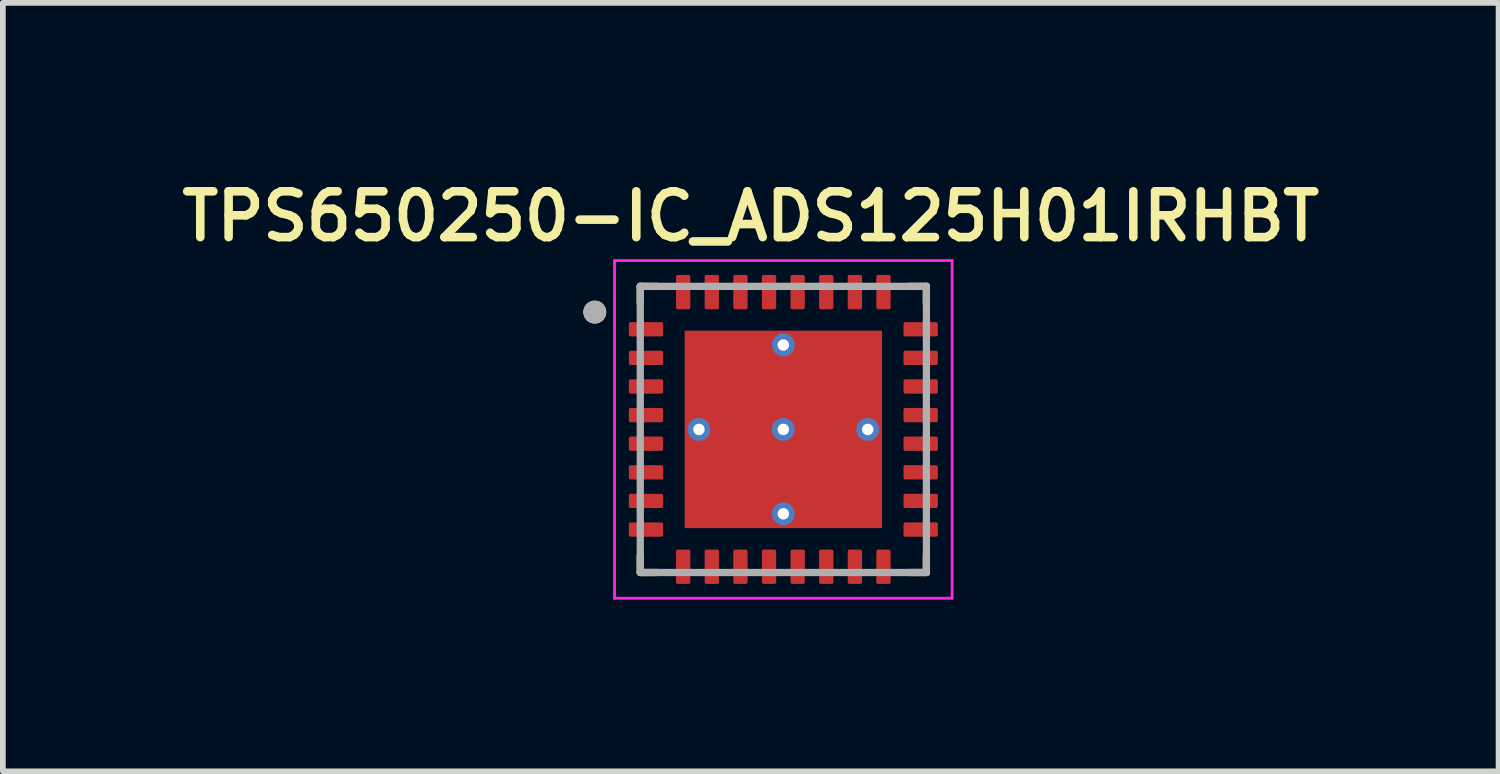
<source format=kicad_pcb>
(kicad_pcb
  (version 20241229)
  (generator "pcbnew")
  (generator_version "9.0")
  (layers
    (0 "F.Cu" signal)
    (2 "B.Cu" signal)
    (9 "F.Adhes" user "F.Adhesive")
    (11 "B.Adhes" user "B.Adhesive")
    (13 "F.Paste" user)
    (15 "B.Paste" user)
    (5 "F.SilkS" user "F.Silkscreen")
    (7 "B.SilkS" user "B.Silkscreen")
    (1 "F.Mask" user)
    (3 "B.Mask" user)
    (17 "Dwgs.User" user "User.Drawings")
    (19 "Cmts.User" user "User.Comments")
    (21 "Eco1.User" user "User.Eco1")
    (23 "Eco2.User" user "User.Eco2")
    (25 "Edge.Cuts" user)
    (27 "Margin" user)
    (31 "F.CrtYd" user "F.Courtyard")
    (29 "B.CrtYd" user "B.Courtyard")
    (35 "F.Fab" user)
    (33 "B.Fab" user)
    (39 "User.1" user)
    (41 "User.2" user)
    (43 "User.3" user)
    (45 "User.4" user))
  (footprint "TPS650250-IC_ADS125H01IRHBT"
    (layer "F.Cu")
    (at 10.639 4.454)
    (property "Reference" "TPS650250-IC_ADS125H01IRHBT" (at -0.57 -3.723 0) (layer "F.SilkS") (effects (font (size 0.8 0.8) (thickness 0.15))))
    (attr smd)
    (fp_poly (pts (xy -1.795 -1.795) (xy 1.795 -1.795) (xy 1.795 1.795) (xy -1.795 1.795)) (stroke (width 0.01) (type solid)) (fill yes) (layer "F.Mask"))
    (fp_poly (pts (xy -2.72 -1.945) (xy -2.08 -1.945) (xy -2.077 -1.945) (xy -2.075 -1.945) (xy -2.072 -1.944) (xy -2.07 -1.944) (xy -2.067 -1.943) (xy -2.065 -1.943) (xy -2.062 -1.942) (xy -2.06 -1.941) (xy -2.057 -1.94) (xy -2.055 -1.938) (xy -2.053 -1.937) (xy -2.051 -1.935) (xy -2.049 -1.934) (xy -2.047 -1.932) (xy -2.045 -1.93) (xy -2.043 -1.928) (xy -2.041 -1.926) (xy -2.04 -1.924) (xy -2.038 -1.922) (xy -2.037 -1.92) (xy -2.035 -1.918) (xy -2.034 -1.915) (xy -2.033 -1.913) (xy -2.032 -1.91) (xy -2.032 -1.908) (xy -2.031 -1.905) (xy -2.031 -1.903) (xy -2.03 -1.9) (xy -2.03 -1.898) (xy -2.03 -1.895) (xy -2.03 -1.605) (xy -2.03 -1.602) (xy -2.03 -1.6) (xy -2.031 -1.597) (xy -2.031 -1.595) (xy -2.032 -1.592) (xy -2.032 -1.59) (xy -2.033 -1.587) (xy -2.034 -1.585) (xy -2.035 -1.582) (xy -2.037 -1.58) (xy -2.038 -1.578) (xy -2.04 -1.576) (xy -2.041 -1.574) (xy -2.043 -1.572) (xy -2.045 -1.57) (xy -2.047 -1.568) (xy -2.049 -1.566) (xy -2.051 -1.565) (xy -2.053 -1.563) (xy -2.055 -1.562) (xy -2.057 -1.56) (xy -2.06 -1.559) (xy -2.062 -1.558) (xy -2.065 -1.557) (xy -2.067 -1.557) (xy -2.07 -1.556) (xy -2.072 -1.556) (xy -2.075 -1.555) (xy -2.077 -1.555) (xy -2.08 -1.555) (xy -2.72 -1.555) (xy -2.723 -1.555) (xy -2.725 -1.555) (xy -2.728 -1.556) (xy -2.73 -1.556) (xy -2.733 -1.557) (xy -2.735 -1.557) (xy -2.738 -1.558) (xy -2.74 -1.559) (xy -2.743 -1.56) (xy -2.745 -1.562) (xy -2.747 -1.563) (xy -2.749 -1.565) (xy -2.751 -1.566) (xy -2.753 -1.568) (xy -2.755 -1.57) (xy -2.757 -1.572) (xy -2.759 -1.574) (xy -2.76 -1.576) (xy -2.762 -1.578) (xy -2.763 -1.58) (xy -2.765 -1.582) (xy -2.766 -1.585) (xy -2.767 -1.587) (xy -2.768 -1.59) (xy -2.768 -1.592) (xy -2.769 -1.595) (xy -2.769 -1.597) (xy -2.77 -1.6) (xy -2.77 -1.602) (xy -2.77 -1.605) (xy -2.77 -1.895) (xy -2.77 -1.898) (xy -2.77 -1.9) (xy -2.769 -1.903) (xy -2.769 -1.905) (xy -2.768 -1.908) (xy -2.768 -1.91) (xy -2.767 -1.913) (xy -2.766 -1.915) (xy -2.765 -1.918) (xy -2.763 -1.92) (xy -2.762 -1.922) (xy -2.76 -1.924) (xy -2.759 -1.926) (xy -2.757 -1.928) (xy -2.755 -1.93) (xy -2.753 -1.932) (xy -2.751 -1.934) (xy -2.749 -1.935) (xy -2.747 -1.937) (xy -2.745 -1.938) (xy -2.743 -1.94) (xy -2.74 -1.941) (xy -2.738 -1.942) (xy -2.735 -1.943) (xy -2.733 -1.943) (xy -2.73 -1.944) (xy -2.728 -1.944) (xy -2.725 -1.945) (xy -2.723 -1.945) (xy -2.72 -1.945)) (stroke (width 0.01) (type solid)) (fill yes) (layer "F.Mask"))
    (fp_poly (pts (xy -2.72 -1.445) (xy -2.08 -1.445) (xy -2.077 -1.445) (xy -2.075 -1.445) (xy -2.072 -1.444) (xy -2.07 -1.444) (xy -2.067 -1.443) (xy -2.065 -1.443) (xy -2.062 -1.442) (xy -2.06 -1.441) (xy -2.057 -1.44) (xy -2.055 -1.438) (xy -2.053 -1.437) (xy -2.051 -1.435) (xy -2.049 -1.434) (xy -2.047 -1.432) (xy -2.045 -1.43) (xy -2.043 -1.428) (xy -2.041 -1.426) (xy -2.04 -1.424) (xy -2.038 -1.422) (xy -2.037 -1.42) (xy -2.035 -1.418) (xy -2.034 -1.415) (xy -2.033 -1.413) (xy -2.032 -1.41) (xy -2.032 -1.408) (xy -2.031 -1.405) (xy -2.031 -1.403) (xy -2.03 -1.4) (xy -2.03 -1.398) (xy -2.03 -1.395) (xy -2.03 -1.105) (xy -2.03 -1.102) (xy -2.03 -1.1) (xy -2.031 -1.097) (xy -2.031 -1.095) (xy -2.032 -1.092) (xy -2.032 -1.09) (xy -2.033 -1.087) (xy -2.034 -1.085) (xy -2.035 -1.082) (xy -2.037 -1.08) (xy -2.038 -1.078) (xy -2.04 -1.076) (xy -2.041 -1.074) (xy -2.043 -1.072) (xy -2.045 -1.07) (xy -2.047 -1.068) (xy -2.049 -1.066) (xy -2.051 -1.065) (xy -2.053 -1.063) (xy -2.055 -1.062) (xy -2.057 -1.06) (xy -2.06 -1.059) (xy -2.062 -1.058) (xy -2.065 -1.057) (xy -2.067 -1.057) (xy -2.07 -1.056) (xy -2.072 -1.056) (xy -2.075 -1.055) (xy -2.077 -1.055) (xy -2.08 -1.055) (xy -2.72 -1.055) (xy -2.723 -1.055) (xy -2.725 -1.055) (xy -2.728 -1.056) (xy -2.73 -1.056) (xy -2.733 -1.057) (xy -2.735 -1.057) (xy -2.738 -1.058) (xy -2.74 -1.059) (xy -2.743 -1.06) (xy -2.745 -1.062) (xy -2.747 -1.063) (xy -2.749 -1.065) (xy -2.751 -1.066) (xy -2.753 -1.068) (xy -2.755 -1.07) (xy -2.757 -1.072) (xy -2.759 -1.074) (xy -2.76 -1.076) (xy -2.762 -1.078) (xy -2.763 -1.08) (xy -2.765 -1.082) (xy -2.766 -1.085) (xy -2.767 -1.087) (xy -2.768 -1.09) (xy -2.768 -1.092) (xy -2.769 -1.095) (xy -2.769 -1.097) (xy -2.77 -1.1) (xy -2.77 -1.102) (xy -2.77 -1.105) (xy -2.77 -1.395) (xy -2.77 -1.398) (xy -2.77 -1.4) (xy -2.769 -1.403) (xy -2.769 -1.405) (xy -2.768 -1.408) (xy -2.768 -1.41) (xy -2.767 -1.413) (xy -2.766 -1.415) (xy -2.765 -1.418) (xy -2.763 -1.42) (xy -2.762 -1.422) (xy -2.76 -1.424) (xy -2.759 -1.426) (xy -2.757 -1.428) (xy -2.755 -1.43) (xy -2.753 -1.432) (xy -2.751 -1.434) (xy -2.749 -1.435) (xy -2.747 -1.437) (xy -2.745 -1.438) (xy -2.743 -1.44) (xy -2.74 -1.441) (xy -2.738 -1.442) (xy -2.735 -1.443) (xy -2.733 -1.443) (xy -2.73 -1.444) (xy -2.728 -1.444) (xy -2.725 -1.445) (xy -2.723 -1.445) (xy -2.72 -1.445)) (stroke (width 0.01) (type solid)) (fill yes) (layer "F.Mask"))
    (fp_poly (pts (xy -2.72 -0.945) (xy -2.08 -0.945) (xy -2.077 -0.945) (xy -2.075 -0.945) (xy -2.072 -0.944) (xy -2.07 -0.944) (xy -2.067 -0.943) (xy -2.065 -0.943) (xy -2.062 -0.942) (xy -2.06 -0.941) (xy -2.057 -0.94) (xy -2.055 -0.938) (xy -2.053 -0.937) (xy -2.051 -0.935) (xy -2.049 -0.934) (xy -2.047 -0.932) (xy -2.045 -0.93) (xy -2.043 -0.928) (xy -2.041 -0.926) (xy -2.04 -0.924) (xy -2.038 -0.922) (xy -2.037 -0.92) (xy -2.035 -0.918) (xy -2.034 -0.915) (xy -2.033 -0.913) (xy -2.032 -0.91) (xy -2.032 -0.908) (xy -2.031 -0.905) (xy -2.031 -0.903) (xy -2.03 -0.9) (xy -2.03 -0.898) (xy -2.03 -0.895) (xy -2.03 -0.605) (xy -2.03 -0.602) (xy -2.03 -0.6) (xy -2.031 -0.597) (xy -2.031 -0.595) (xy -2.032 -0.592) (xy -2.032 -0.59) (xy -2.033 -0.587) (xy -2.034 -0.585) (xy -2.035 -0.582) (xy -2.037 -0.58) (xy -2.038 -0.578) (xy -2.04 -0.576) (xy -2.041 -0.574) (xy -2.043 -0.572) (xy -2.045 -0.57) (xy -2.047 -0.568) (xy -2.049 -0.566) (xy -2.051 -0.565) (xy -2.053 -0.563) (xy -2.055 -0.562) (xy -2.057 -0.56) (xy -2.06 -0.559) (xy -2.062 -0.558) (xy -2.065 -0.557) (xy -2.067 -0.557) (xy -2.07 -0.556) (xy -2.072 -0.556) (xy -2.075 -0.555) (xy -2.077 -0.555) (xy -2.08 -0.555) (xy -2.72 -0.555) (xy -2.723 -0.555) (xy -2.725 -0.555) (xy -2.728 -0.556) (xy -2.73 -0.556) (xy -2.733 -0.557) (xy -2.735 -0.557) (xy -2.738 -0.558) (xy -2.74 -0.559) (xy -2.743 -0.56) (xy -2.745 -0.562) (xy -2.747 -0.563) (xy -2.749 -0.565) (xy -2.751 -0.566) (xy -2.753 -0.568) (xy -2.755 -0.57) (xy -2.757 -0.572) (xy -2.759 -0.574) (xy -2.76 -0.576) (xy -2.762 -0.578) (xy -2.763 -0.58) (xy -2.765 -0.582) (xy -2.766 -0.585) (xy -2.767 -0.587) (xy -2.768 -0.59) (xy -2.768 -0.592) (xy -2.769 -0.595) (xy -2.769 -0.597) (xy -2.77 -0.6) (xy -2.77 -0.602) (xy -2.77 -0.605) (xy -2.77 -0.895) (xy -2.77 -0.898) (xy -2.77 -0.9) (xy -2.769 -0.903) (xy -2.769 -0.905) (xy -2.768 -0.908) (xy -2.768 -0.91) (xy -2.767 -0.913) (xy -2.766 -0.915) (xy -2.765 -0.918) (xy -2.763 -0.92) (xy -2.762 -0.922) (xy -2.76 -0.924) (xy -2.759 -0.926) (xy -2.757 -0.928) (xy -2.755 -0.93) (xy -2.753 -0.932) (xy -2.751 -0.934) (xy -2.749 -0.935) (xy -2.747 -0.937) (xy -2.745 -0.938) (xy -2.743 -0.94) (xy -2.74 -0.941) (xy -2.738 -0.942) (xy -2.735 -0.943) (xy -2.733 -0.943) (xy -2.73 -0.944) (xy -2.728 -0.944) (xy -2.725 -0.945) (xy -2.723 -0.945) (xy -2.72 -0.945)) (stroke (width 0.01) (type solid)) (fill yes) (layer "F.Mask"))
    (fp_poly (pts (xy -2.72 -0.445) (xy -2.08 -0.445) (xy -2.077 -0.445) (xy -2.075 -0.445) (xy -2.072 -0.444) (xy -2.07 -0.444) (xy -2.067 -0.443) (xy -2.065 -0.443) (xy -2.062 -0.442) (xy -2.06 -0.441) (xy -2.057 -0.44) (xy -2.055 -0.438) (xy -2.053 -0.437) (xy -2.051 -0.435) (xy -2.049 -0.434) (xy -2.047 -0.432) (xy -2.045 -0.43) (xy -2.043 -0.428) (xy -2.041 -0.426) (xy -2.04 -0.424) (xy -2.038 -0.422) (xy -2.037 -0.42) (xy -2.035 -0.418) (xy -2.034 -0.415) (xy -2.033 -0.413) (xy -2.032 -0.41) (xy -2.032 -0.408) (xy -2.031 -0.405) (xy -2.031 -0.403) (xy -2.03 -0.4) (xy -2.03 -0.398) (xy -2.03 -0.395) (xy -2.03 -0.105) (xy -2.03 -0.102) (xy -2.03 -0.1) (xy -2.031 -0.097) (xy -2.031 -0.095) (xy -2.032 -0.092) (xy -2.032 -0.09) (xy -2.033 -0.087) (xy -2.034 -0.085) (xy -2.035 -0.082) (xy -2.037 -0.08) (xy -2.038 -0.078) (xy -2.04 -0.076) (xy -2.041 -0.074) (xy -2.043 -0.072) (xy -2.045 -0.07) (xy -2.047 -0.068) (xy -2.049 -0.066) (xy -2.051 -0.065) (xy -2.053 -0.063) (xy -2.055 -0.062) (xy -2.057 -0.06) (xy -2.06 -0.059) (xy -2.062 -0.058) (xy -2.065 -0.057) (xy -2.067 -0.057) (xy -2.07 -0.056) (xy -2.072 -0.056) (xy -2.075 -0.055) (xy -2.077 -0.055) (xy -2.08 -0.055) (xy -2.72 -0.055) (xy -2.723 -0.055) (xy -2.725 -0.055) (xy -2.728 -0.056) (xy -2.73 -0.056) (xy -2.733 -0.057) (xy -2.735 -0.057) (xy -2.738 -0.058) (xy -2.74 -0.059) (xy -2.743 -0.06) (xy -2.745 -0.062) (xy -2.747 -0.063) (xy -2.749 -0.065) (xy -2.751 -0.066) (xy -2.753 -0.068) (xy -2.755 -0.07) (xy -2.757 -0.072) (xy -2.759 -0.074) (xy -2.76 -0.076) (xy -2.762 -0.078) (xy -2.763 -0.08) (xy -2.765 -0.082) (xy -2.766 -0.085) (xy -2.767 -0.087) (xy -2.768 -0.09) (xy -2.768 -0.092) (xy -2.769 -0.095) (xy -2.769 -0.097) (xy -2.77 -0.1) (xy -2.77 -0.102) (xy -2.77 -0.105) (xy -2.77 -0.395) (xy -2.77 -0.398) (xy -2.77 -0.4) (xy -2.769 -0.403) (xy -2.769 -0.405) (xy -2.768 -0.408) (xy -2.768 -0.41) (xy -2.767 -0.413) (xy -2.766 -0.415) (xy -2.765 -0.418) (xy -2.763 -0.42) (xy -2.762 -0.422) (xy -2.76 -0.424) (xy -2.759 -0.426) (xy -2.757 -0.428) (xy -2.755 -0.43) (xy -2.753 -0.432) (xy -2.751 -0.434) (xy -2.749 -0.435) (xy -2.747 -0.437) (xy -2.745 -0.438) (xy -2.743 -0.44) (xy -2.74 -0.441) (xy -2.738 -0.442) (xy -2.735 -0.443) (xy -2.733 -0.443) (xy -2.73 -0.444) (xy -2.728 -0.444) (xy -2.725 -0.445) (xy -2.723 -0.445) (xy -2.72 -0.445)) (stroke (width 0.01) (type solid)) (fill yes) (layer "F.Mask"))
    (fp_poly (pts (xy -2.72 0.055) (xy -2.08 0.055) (xy -2.077 0.055) (xy -2.075 0.055) (xy -2.072 0.056) (xy -2.07 0.056) (xy -2.067 0.057) (xy -2.065 0.057) (xy -2.062 0.058) (xy -2.06 0.059) (xy -2.057 0.06) (xy -2.055 0.062) (xy -2.053 0.063) (xy -2.051 0.065) (xy -2.049 0.066) (xy -2.047 0.068) (xy -2.045 0.07) (xy -2.043 0.072) (xy -2.041 0.074) (xy -2.04 0.076) (xy -2.038 0.078) (xy -2.037 0.08) (xy -2.035 0.082) (xy -2.034 0.085) (xy -2.033 0.087) (xy -2.032 0.09) (xy -2.032 0.092) (xy -2.031 0.095) (xy -2.031 0.097) (xy -2.03 0.1) (xy -2.03 0.102) (xy -2.03 0.105) (xy -2.03 0.395) (xy -2.03 0.398) (xy -2.03 0.4) (xy -2.031 0.403) (xy -2.031 0.405) (xy -2.032 0.408) (xy -2.032 0.41) (xy -2.033 0.413) (xy -2.034 0.415) (xy -2.035 0.418) (xy -2.037 0.42) (xy -2.038 0.422) (xy -2.04 0.424) (xy -2.041 0.426) (xy -2.043 0.428) (xy -2.045 0.43) (xy -2.047 0.432) (xy -2.049 0.434) (xy -2.051 0.435) (xy -2.053 0.437) (xy -2.055 0.438) (xy -2.057 0.44) (xy -2.06 0.441) (xy -2.062 0.442) (xy -2.065 0.443) (xy -2.067 0.443) (xy -2.07 0.444) (xy -2.072 0.444) (xy -2.075 0.445) (xy -2.077 0.445) (xy -2.08 0.445) (xy -2.72 0.445) (xy -2.723 0.445) (xy -2.725 0.445) (xy -2.728 0.444) (xy -2.73 0.444) (xy -2.733 0.443) (xy -2.735 0.443) (xy -2.738 0.442) (xy -2.74 0.441) (xy -2.743 0.44) (xy -2.745 0.438) (xy -2.747 0.437) (xy -2.749 0.435) (xy -2.751 0.434) (xy -2.753 0.432) (xy -2.755 0.43) (xy -2.757 0.428) (xy -2.759 0.426) (xy -2.76 0.424) (xy -2.762 0.422) (xy -2.763 0.42) (xy -2.765 0.418) (xy -2.766 0.415) (xy -2.767 0.413) (xy -2.768 0.41) (xy -2.768 0.408) (xy -2.769 0.405) (xy -2.769 0.403) (xy -2.77 0.4) (xy -2.77 0.398) (xy -2.77 0.395) (xy -2.77 0.105) (xy -2.77 0.102) (xy -2.77 0.1) (xy -2.769 0.097) (xy -2.769 0.095) (xy -2.768 0.092) (xy -2.768 0.09) (xy -2.767 0.087) (xy -2.766 0.085) (xy -2.765 0.082) (xy -2.763 0.08) (xy -2.762 0.078) (xy -2.76 0.076) (xy -2.759 0.074) (xy -2.757 0.072) (xy -2.755 0.07) (xy -2.753 0.068) (xy -2.751 0.066) (xy -2.749 0.065) (xy -2.747 0.063) (xy -2.745 0.062) (xy -2.743 0.06) (xy -2.74 0.059) (xy -2.738 0.058) (xy -2.735 0.057) (xy -2.733 0.057) (xy -2.73 0.056) (xy -2.728 0.056) (xy -2.725 0.055) (xy -2.723 0.055) (xy -2.72 0.055)) (stroke (width 0.01) (type solid)) (fill yes) (layer "F.Mask"))
    (fp_poly (pts (xy -2.72 0.555) (xy -2.08 0.555) (xy -2.077 0.555) (xy -2.075 0.555) (xy -2.072 0.556) (xy -2.07 0.556) (xy -2.067 0.557) (xy -2.065 0.557) (xy -2.062 0.558) (xy -2.06 0.559) (xy -2.057 0.56) (xy -2.055 0.562) (xy -2.053 0.563) (xy -2.051 0.565) (xy -2.049 0.566) (xy -2.047 0.568) (xy -2.045 0.57) (xy -2.043 0.572) (xy -2.041 0.574) (xy -2.04 0.576) (xy -2.038 0.578) (xy -2.037 0.58) (xy -2.035 0.582) (xy -2.034 0.585) (xy -2.033 0.587) (xy -2.032 0.59) (xy -2.032 0.592) (xy -2.031 0.595) (xy -2.031 0.597) (xy -2.03 0.6) (xy -2.03 0.602) (xy -2.03 0.605) (xy -2.03 0.895) (xy -2.03 0.898) (xy -2.03 0.9) (xy -2.031 0.903) (xy -2.031 0.905) (xy -2.032 0.908) (xy -2.032 0.91) (xy -2.033 0.913) (xy -2.034 0.915) (xy -2.035 0.918) (xy -2.037 0.92) (xy -2.038 0.922) (xy -2.04 0.924) (xy -2.041 0.926) (xy -2.043 0.928) (xy -2.045 0.93) (xy -2.047 0.932) (xy -2.049 0.934) (xy -2.051 0.935) (xy -2.053 0.937) (xy -2.055 0.938) (xy -2.057 0.94) (xy -2.06 0.941) (xy -2.062 0.942) (xy -2.065 0.943) (xy -2.067 0.943) (xy -2.07 0.944) (xy -2.072 0.944) (xy -2.075 0.945) (xy -2.077 0.945) (xy -2.08 0.945) (xy -2.72 0.945) (xy -2.723 0.945) (xy -2.725 0.945) (xy -2.728 0.944) (xy -2.73 0.944) (xy -2.733 0.943) (xy -2.735 0.943) (xy -2.738 0.942) (xy -2.74 0.941) (xy -2.743 0.94) (xy -2.745 0.938) (xy -2.747 0.937) (xy -2.749 0.935) (xy -2.751 0.934) (xy -2.753 0.932) (xy -2.755 0.93) (xy -2.757 0.928) (xy -2.759 0.926) (xy -2.76 0.924) (xy -2.762 0.922) (xy -2.763 0.92) (xy -2.765 0.918) (xy -2.766 0.915) (xy -2.767 0.913) (xy -2.768 0.91) (xy -2.768 0.908) (xy -2.769 0.905) (xy -2.769 0.903) (xy -2.77 0.9) (xy -2.77 0.898) (xy -2.77 0.895) (xy -2.77 0.605) (xy -2.77 0.602) (xy -2.77 0.6) (xy -2.769 0.597) (xy -2.769 0.595) (xy -2.768 0.592) (xy -2.768 0.59) (xy -2.767 0.587) (xy -2.766 0.585) (xy -2.765 0.582) (xy -2.763 0.58) (xy -2.762 0.578) (xy -2.76 0.576) (xy -2.759 0.574) (xy -2.757 0.572) (xy -2.755 0.57) (xy -2.753 0.568) (xy -2.751 0.566) (xy -2.749 0.565) (xy -2.747 0.563) (xy -2.745 0.562) (xy -2.743 0.56) (xy -2.74 0.559) (xy -2.738 0.558) (xy -2.735 0.557) (xy -2.733 0.557) (xy -2.73 0.556) (xy -2.728 0.556) (xy -2.725 0.555) (xy -2.723 0.555) (xy -2.72 0.555)) (stroke (width 0.01) (type solid)) (fill yes) (layer "F.Mask"))
    (fp_poly (pts (xy -2.72 1.055) (xy -2.08 1.055) (xy -2.077 1.055) (xy -2.075 1.055) (xy -2.072 1.056) (xy -2.07 1.056) (xy -2.067 1.057) (xy -2.065 1.057) (xy -2.062 1.058) (xy -2.06 1.059) (xy -2.057 1.06) (xy -2.055 1.062) (xy -2.053 1.063) (xy -2.051 1.065) (xy -2.049 1.066) (xy -2.047 1.068) (xy -2.045 1.07) (xy -2.043 1.072) (xy -2.041 1.074) (xy -2.04 1.076) (xy -2.038 1.078) (xy -2.037 1.08) (xy -2.035 1.082) (xy -2.034 1.085) (xy -2.033 1.087) (xy -2.032 1.09) (xy -2.032 1.092) (xy -2.031 1.095) (xy -2.031 1.097) (xy -2.03 1.1) (xy -2.03 1.102) (xy -2.03 1.105) (xy -2.03 1.395) (xy -2.03 1.398) (xy -2.03 1.4) (xy -2.031 1.403) (xy -2.031 1.405) (xy -2.032 1.408) (xy -2.032 1.41) (xy -2.033 1.413) (xy -2.034 1.415) (xy -2.035 1.418) (xy -2.037 1.42) (xy -2.038 1.422) (xy -2.04 1.424) (xy -2.041 1.426) (xy -2.043 1.428) (xy -2.045 1.43) (xy -2.047 1.432) (xy -2.049 1.434) (xy -2.051 1.435) (xy -2.053 1.437) (xy -2.055 1.438) (xy -2.057 1.44) (xy -2.06 1.441) (xy -2.062 1.442) (xy -2.065 1.443) (xy -2.067 1.443) (xy -2.07 1.444) (xy -2.072 1.444) (xy -2.075 1.445) (xy -2.077 1.445) (xy -2.08 1.445) (xy -2.72 1.445) (xy -2.723 1.445) (xy -2.725 1.445) (xy -2.728 1.444) (xy -2.73 1.444) (xy -2.733 1.443) (xy -2.735 1.443) (xy -2.738 1.442) (xy -2.74 1.441) (xy -2.743 1.44) (xy -2.745 1.438) (xy -2.747 1.437) (xy -2.749 1.435) (xy -2.751 1.434) (xy -2.753 1.432) (xy -2.755 1.43) (xy -2.757 1.428) (xy -2.759 1.426) (xy -2.76 1.424) (xy -2.762 1.422) (xy -2.763 1.42) (xy -2.765 1.418) (xy -2.766 1.415) (xy -2.767 1.413) (xy -2.768 1.41) (xy -2.768 1.408) (xy -2.769 1.405) (xy -2.769 1.403) (xy -2.77 1.4) (xy -2.77 1.398) (xy -2.77 1.395) (xy -2.77 1.105) (xy -2.77 1.102) (xy -2.77 1.1) (xy -2.769 1.097) (xy -2.769 1.095) (xy -2.768 1.092) (xy -2.768 1.09) (xy -2.767 1.087) (xy -2.766 1.085) (xy -2.765 1.082) (xy -2.763 1.08) (xy -2.762 1.078) (xy -2.76 1.076) (xy -2.759 1.074) (xy -2.757 1.072) (xy -2.755 1.07) (xy -2.753 1.068) (xy -2.751 1.066) (xy -2.749 1.065) (xy -2.747 1.063) (xy -2.745 1.062) (xy -2.743 1.06) (xy -2.74 1.059) (xy -2.738 1.058) (xy -2.735 1.057) (xy -2.733 1.057) (xy -2.73 1.056) (xy -2.728 1.056) (xy -2.725 1.055) (xy -2.723 1.055) (xy -2.72 1.055)) (stroke (width 0.01) (type solid)) (fill yes) (layer "F.Mask"))
    (fp_poly (pts (xy -2.72 1.555) (xy -2.08 1.555) (xy -2.077 1.555) (xy -2.075 1.555) (xy -2.072 1.556) (xy -2.07 1.556) (xy -2.067 1.557) (xy -2.065 1.557) (xy -2.062 1.558) (xy -2.06 1.559) (xy -2.057 1.56) (xy -2.055 1.562) (xy -2.053 1.563) (xy -2.051 1.565) (xy -2.049 1.566) (xy -2.047 1.568) (xy -2.045 1.57) (xy -2.043 1.572) (xy -2.041 1.574) (xy -2.04 1.576) (xy -2.038 1.578) (xy -2.037 1.58) (xy -2.035 1.582) (xy -2.034 1.585) (xy -2.033 1.587) (xy -2.032 1.59) (xy -2.032 1.592) (xy -2.031 1.595) (xy -2.031 1.597) (xy -2.03 1.6) (xy -2.03 1.602) (xy -2.03 1.605) (xy -2.03 1.895) (xy -2.03 1.898) (xy -2.03 1.9) (xy -2.031 1.903) (xy -2.031 1.905) (xy -2.032 1.908) (xy -2.032 1.91) (xy -2.033 1.913) (xy -2.034 1.915) (xy -2.035 1.918) (xy -2.037 1.92) (xy -2.038 1.922) (xy -2.04 1.924) (xy -2.041 1.926) (xy -2.043 1.928) (xy -2.045 1.93) (xy -2.047 1.932) (xy -2.049 1.934) (xy -2.051 1.935) (xy -2.053 1.937) (xy -2.055 1.938) (xy -2.057 1.94) (xy -2.06 1.941) (xy -2.062 1.942) (xy -2.065 1.943) (xy -2.067 1.943) (xy -2.07 1.944) (xy -2.072 1.944) (xy -2.075 1.945) (xy -2.077 1.945) (xy -2.08 1.945) (xy -2.72 1.945) (xy -2.723 1.945) (xy -2.725 1.945) (xy -2.728 1.944) (xy -2.73 1.944) (xy -2.733 1.943) (xy -2.735 1.943) (xy -2.738 1.942) (xy -2.74 1.941) (xy -2.743 1.94) (xy -2.745 1.938) (xy -2.747 1.937) (xy -2.749 1.935) (xy -2.751 1.934) (xy -2.753 1.932) (xy -2.755 1.93) (xy -2.757 1.928) (xy -2.759 1.926) (xy -2.76 1.924) (xy -2.762 1.922) (xy -2.763 1.92) (xy -2.765 1.918) (xy -2.766 1.915) (xy -2.767 1.913) (xy -2.768 1.91) (xy -2.768 1.908) (xy -2.769 1.905) (xy -2.769 1.903) (xy -2.77 1.9) (xy -2.77 1.898) (xy -2.77 1.895) (xy -2.77 1.605) (xy -2.77 1.602) (xy -2.77 1.6) (xy -2.769 1.597) (xy -2.769 1.595) (xy -2.768 1.592) (xy -2.768 1.59) (xy -2.767 1.587) (xy -2.766 1.585) (xy -2.765 1.582) (xy -2.763 1.58) (xy -2.762 1.578) (xy -2.76 1.576) (xy -2.759 1.574) (xy -2.757 1.572) (xy -2.755 1.57) (xy -2.753 1.568) (xy -2.751 1.566) (xy -2.749 1.565) (xy -2.747 1.563) (xy -2.745 1.562) (xy -2.743 1.56) (xy -2.74 1.559) (xy -2.738 1.558) (xy -2.735 1.557) (xy -2.733 1.557) (xy -2.73 1.556) (xy -2.728 1.556) (xy -2.725 1.555) (xy -2.723 1.555) (xy -2.72 1.555)) (stroke (width 0.01) (type solid)) (fill yes) (layer "F.Mask"))
    (fp_poly (pts (xy -1.945 -2.08) (xy -1.945 -2.72) (xy -1.945 -2.723) (xy -1.945 -2.725) (xy -1.944 -2.728) (xy -1.944 -2.73) (xy -1.943 -2.733) (xy -1.943 -2.735) (xy -1.942 -2.738) (xy -1.941 -2.74) (xy -1.94 -2.743) (xy -1.938 -2.745) (xy -1.937 -2.747) (xy -1.935 -2.749) (xy -1.934 -2.751) (xy -1.932 -2.753) (xy -1.93 -2.755) (xy -1.928 -2.757) (xy -1.926 -2.759) (xy -1.924 -2.76) (xy -1.922 -2.762) (xy -1.92 -2.763) (xy -1.918 -2.765) (xy -1.915 -2.766) (xy -1.913 -2.767) (xy -1.91 -2.768) (xy -1.908 -2.768) (xy -1.905 -2.769) (xy -1.903 -2.769) (xy -1.9 -2.77) (xy -1.898 -2.77) (xy -1.895 -2.77) (xy -1.605 -2.77) (xy -1.602 -2.77) (xy -1.6 -2.77) (xy -1.597 -2.769) (xy -1.595 -2.769) (xy -1.592 -2.768) (xy -1.59 -2.768) (xy -1.587 -2.767) (xy -1.585 -2.766) (xy -1.582 -2.765) (xy -1.58 -2.763) (xy -1.578 -2.762) (xy -1.576 -2.76) (xy -1.574 -2.759) (xy -1.572 -2.757) (xy -1.57 -2.755) (xy -1.568 -2.753) (xy -1.566 -2.751) (xy -1.565 -2.749) (xy -1.563 -2.747) (xy -1.562 -2.745) (xy -1.56 -2.743) (xy -1.559 -2.74) (xy -1.558 -2.738) (xy -1.557 -2.735) (xy -1.557 -2.733) (xy -1.556 -2.73) (xy -1.556 -2.728) (xy -1.555 -2.725) (xy -1.555 -2.723) (xy -1.555 -2.72) (xy -1.555 -2.08) (xy -1.555 -2.077) (xy -1.555 -2.075) (xy -1.556 -2.072) (xy -1.556 -2.07) (xy -1.557 -2.067) (xy -1.557 -2.065) (xy -1.558 -2.062) (xy -1.559 -2.06) (xy -1.56 -2.057) (xy -1.562 -2.055) (xy -1.563 -2.053) (xy -1.565 -2.051) (xy -1.566 -2.049) (xy -1.568 -2.047) (xy -1.57 -2.045) (xy -1.572 -2.043) (xy -1.574 -2.041) (xy -1.576 -2.04) (xy -1.578 -2.038) (xy -1.58 -2.037) (xy -1.582 -2.035) (xy -1.585 -2.034) (xy -1.587 -2.033) (xy -1.59 -2.032) (xy -1.592 -2.032) (xy -1.595 -2.031) (xy -1.597 -2.031) (xy -1.6 -2.03) (xy -1.602 -2.03) (xy -1.605 -2.03) (xy -1.895 -2.03) (xy -1.898 -2.03) (xy -1.9 -2.03) (xy -1.903 -2.031) (xy -1.905 -2.031) (xy -1.908 -2.032) (xy -1.91 -2.032) (xy -1.913 -2.033) (xy -1.915 -2.034) (xy -1.918 -2.035) (xy -1.92 -2.037) (xy -1.922 -2.038) (xy -1.924 -2.04) (xy -1.926 -2.041) (xy -1.928 -2.043) (xy -1.93 -2.045) (xy -1.932 -2.047) (xy -1.934 -2.049) (xy -1.935 -2.051) (xy -1.937 -2.053) (xy -1.938 -2.055) (xy -1.94 -2.057) (xy -1.941 -2.06) (xy -1.942 -2.062) (xy -1.943 -2.065) (xy -1.943 -2.067) (xy -1.944 -2.07) (xy -1.944 -2.072) (xy -1.945 -2.075) (xy -1.945 -2.077) (xy -1.945 -2.08)) (stroke (width 0.01) (type solid)) (fill yes) (layer "F.Mask"))
    (fp_poly (pts (xy -1.945 2.72) (xy -1.945 2.08) (xy -1.945 2.077) (xy -1.945 2.075) (xy -1.944 2.072) (xy -1.944 2.07) (xy -1.943 2.067) (xy -1.943 2.065) (xy -1.942 2.062) (xy -1.941 2.06) (xy -1.94 2.057) (xy -1.938 2.055) (xy -1.937 2.053) (xy -1.935 2.051) (xy -1.934 2.049) (xy -1.932 2.047) (xy -1.93 2.045) (xy -1.928 2.043) (xy -1.926 2.041) (xy -1.924 2.04) (xy -1.922 2.038) (xy -1.92 2.037) (xy -1.918 2.035) (xy -1.915 2.034) (xy -1.913 2.033) (xy -1.91 2.032) (xy -1.908 2.032) (xy -1.905 2.031) (xy -1.903 2.031) (xy -1.9 2.03) (xy -1.898 2.03) (xy -1.895 2.03) (xy -1.605 2.03) (xy -1.602 2.03) (xy -1.6 2.03) (xy -1.597 2.031) (xy -1.595 2.031) (xy -1.592 2.032) (xy -1.59 2.032) (xy -1.587 2.033) (xy -1.585 2.034) (xy -1.582 2.035) (xy -1.58 2.037) (xy -1.578 2.038) (xy -1.576 2.04) (xy -1.574 2.041) (xy -1.572 2.043) (xy -1.57 2.045) (xy -1.568 2.047) (xy -1.566 2.049) (xy -1.565 2.051) (xy -1.563 2.053) (xy -1.562 2.055) (xy -1.56 2.057) (xy -1.559 2.06) (xy -1.558 2.062) (xy -1.557 2.065) (xy -1.557 2.067) (xy -1.556 2.07) (xy -1.556 2.072) (xy -1.555 2.075) (xy -1.555 2.077) (xy -1.555 2.08) (xy -1.555 2.72) (xy -1.555 2.723) (xy -1.555 2.725) (xy -1.556 2.728) (xy -1.556 2.73) (xy -1.557 2.733) (xy -1.557 2.735) (xy -1.558 2.738) (xy -1.559 2.74) (xy -1.56 2.743) (xy -1.562 2.745) (xy -1.563 2.747) (xy -1.565 2.749) (xy -1.566 2.751) (xy -1.568 2.753) (xy -1.57 2.755) (xy -1.572 2.757) (xy -1.574 2.759) (xy -1.576 2.76) (xy -1.578 2.762) (xy -1.58 2.763) (xy -1.582 2.765) (xy -1.585 2.766) (xy -1.587 2.767) (xy -1.59 2.768) (xy -1.592 2.768) (xy -1.595 2.769) (xy -1.597 2.769) (xy -1.6 2.77) (xy -1.602 2.77) (xy -1.605 2.77) (xy -1.895 2.77) (xy -1.898 2.77) (xy -1.9 2.77) (xy -1.903 2.769) (xy -1.905 2.769) (xy -1.908 2.768) (xy -1.91 2.768) (xy -1.913 2.767) (xy -1.915 2.766) (xy -1.918 2.765) (xy -1.92 2.763) (xy -1.922 2.762) (xy -1.924 2.76) (xy -1.926 2.759) (xy -1.928 2.757) (xy -1.93 2.755) (xy -1.932 2.753) (xy -1.934 2.751) (xy -1.935 2.749) (xy -1.937 2.747) (xy -1.938 2.745) (xy -1.94 2.743) (xy -1.941 2.74) (xy -1.942 2.738) (xy -1.943 2.735) (xy -1.943 2.733) (xy -1.944 2.73) (xy -1.944 2.728) (xy -1.945 2.725) (xy -1.945 2.723) (xy -1.945 2.72)) (stroke (width 0.01) (type solid)) (fill yes) (layer "F.Mask"))
    (fp_poly (pts (xy -1.445 -2.08) (xy -1.445 -2.72) (xy -1.445 -2.723) (xy -1.445 -2.725) (xy -1.444 -2.728) (xy -1.444 -2.73) (xy -1.443 -2.733) (xy -1.443 -2.735) (xy -1.442 -2.738) (xy -1.441 -2.74) (xy -1.44 -2.743) (xy -1.438 -2.745) (xy -1.437 -2.747) (xy -1.435 -2.749) (xy -1.434 -2.751) (xy -1.432 -2.753) (xy -1.43 -2.755) (xy -1.428 -2.757) (xy -1.426 -2.759) (xy -1.424 -2.76) (xy -1.422 -2.762) (xy -1.42 -2.763) (xy -1.418 -2.765) (xy -1.415 -2.766) (xy -1.413 -2.767) (xy -1.41 -2.768) (xy -1.408 -2.768) (xy -1.405 -2.769) (xy -1.403 -2.769) (xy -1.4 -2.77) (xy -1.398 -2.77) (xy -1.395 -2.77) (xy -1.105 -2.77) (xy -1.102 -2.77) (xy -1.1 -2.77) (xy -1.097 -2.769) (xy -1.095 -2.769) (xy -1.092 -2.768) (xy -1.09 -2.768) (xy -1.087 -2.767) (xy -1.085 -2.766) (xy -1.082 -2.765) (xy -1.08 -2.763) (xy -1.078 -2.762) (xy -1.076 -2.76) (xy -1.074 -2.759) (xy -1.072 -2.757) (xy -1.07 -2.755) (xy -1.068 -2.753) (xy -1.066 -2.751) (xy -1.065 -2.749) (xy -1.063 -2.747) (xy -1.062 -2.745) (xy -1.06 -2.743) (xy -1.059 -2.74) (xy -1.058 -2.738) (xy -1.057 -2.735) (xy -1.057 -2.733) (xy -1.056 -2.73) (xy -1.056 -2.728) (xy -1.055 -2.725) (xy -1.055 -2.723) (xy -1.055 -2.72) (xy -1.055 -2.08) (xy -1.055 -2.077) (xy -1.055 -2.075) (xy -1.056 -2.072) (xy -1.056 -2.07) (xy -1.057 -2.067) (xy -1.057 -2.065) (xy -1.058 -2.062) (xy -1.059 -2.06) (xy -1.06 -2.057) (xy -1.062 -2.055) (xy -1.063 -2.053) (xy -1.065 -2.051) (xy -1.066 -2.049) (xy -1.068 -2.047) (xy -1.07 -2.045) (xy -1.072 -2.043) (xy -1.074 -2.041) (xy -1.076 -2.04) (xy -1.078 -2.038) (xy -1.08 -2.037) (xy -1.082 -2.035) (xy -1.085 -2.034) (xy -1.087 -2.033) (xy -1.09 -2.032) (xy -1.092 -2.032) (xy -1.095 -2.031) (xy -1.097 -2.031) (xy -1.1 -2.03) (xy -1.102 -2.03) (xy -1.105 -2.03) (xy -1.395 -2.03) (xy -1.398 -2.03) (xy -1.4 -2.03) (xy -1.403 -2.031) (xy -1.405 -2.031) (xy -1.408 -2.032) (xy -1.41 -2.032) (xy -1.413 -2.033) (xy -1.415 -2.034) (xy -1.418 -2.035) (xy -1.42 -2.037) (xy -1.422 -2.038) (xy -1.424 -2.04) (xy -1.426 -2.041) (xy -1.428 -2.043) (xy -1.43 -2.045) (xy -1.432 -2.047) (xy -1.434 -2.049) (xy -1.435 -2.051) (xy -1.437 -2.053) (xy -1.438 -2.055) (xy -1.44 -2.057) (xy -1.441 -2.06) (xy -1.442 -2.062) (xy -1.443 -2.065) (xy -1.443 -2.067) (xy -1.444 -2.07) (xy -1.444 -2.072) (xy -1.445 -2.075) (xy -1.445 -2.077) (xy -1.445 -2.08)) (stroke (width 0.01) (type solid)) (fill yes) (layer "F.Mask"))
    (fp_poly (pts (xy -1.445 2.72) (xy -1.445 2.08) (xy -1.445 2.077) (xy -1.445 2.075) (xy -1.444 2.072) (xy -1.444 2.07) (xy -1.443 2.067) (xy -1.443 2.065) (xy -1.442 2.062) (xy -1.441 2.06) (xy -1.44 2.057) (xy -1.438 2.055) (xy -1.437 2.053) (xy -1.435 2.051) (xy -1.434 2.049) (xy -1.432 2.047) (xy -1.43 2.045) (xy -1.428 2.043) (xy -1.426 2.041) (xy -1.424 2.04) (xy -1.422 2.038) (xy -1.42 2.037) (xy -1.418 2.035) (xy -1.415 2.034) (xy -1.413 2.033) (xy -1.41 2.032) (xy -1.408 2.032) (xy -1.405 2.031) (xy -1.403 2.031) (xy -1.4 2.03) (xy -1.398 2.03) (xy -1.395 2.03) (xy -1.105 2.03) (xy -1.102 2.03) (xy -1.1 2.03) (xy -1.097 2.031) (xy -1.095 2.031) (xy -1.092 2.032) (xy -1.09 2.032) (xy -1.087 2.033) (xy -1.085 2.034) (xy -1.082 2.035) (xy -1.08 2.037) (xy -1.078 2.038) (xy -1.076 2.04) (xy -1.074 2.041) (xy -1.072 2.043) (xy -1.07 2.045) (xy -1.068 2.047) (xy -1.066 2.049) (xy -1.065 2.051) (xy -1.063 2.053) (xy -1.062 2.055) (xy -1.06 2.057) (xy -1.059 2.06) (xy -1.058 2.062) (xy -1.057 2.065) (xy -1.057 2.067) (xy -1.056 2.07) (xy -1.056 2.072) (xy -1.055 2.075) (xy -1.055 2.077) (xy -1.055 2.08) (xy -1.055 2.72) (xy -1.055 2.723) (xy -1.055 2.725) (xy -1.056 2.728) (xy -1.056 2.73) (xy -1.057 2.733) (xy -1.057 2.735) (xy -1.058 2.738) (xy -1.059 2.74) (xy -1.06 2.743) (xy -1.062 2.745) (xy -1.063 2.747) (xy -1.065 2.749) (xy -1.066 2.751) (xy -1.068 2.753) (xy -1.07 2.755) (xy -1.072 2.757) (xy -1.074 2.759) (xy -1.076 2.76) (xy -1.078 2.762) (xy -1.08 2.763) (xy -1.082 2.765) (xy -1.085 2.766) (xy -1.087 2.767) (xy -1.09 2.768) (xy -1.092 2.768) (xy -1.095 2.769) (xy -1.097 2.769) (xy -1.1 2.77) (xy -1.102 2.77) (xy -1.105 2.77) (xy -1.395 2.77) (xy -1.398 2.77) (xy -1.4 2.77) (xy -1.403 2.769) (xy -1.405 2.769) (xy -1.408 2.768) (xy -1.41 2.768) (xy -1.413 2.767) (xy -1.415 2.766) (xy -1.418 2.765) (xy -1.42 2.763) (xy -1.422 2.762) (xy -1.424 2.76) (xy -1.426 2.759) (xy -1.428 2.757) (xy -1.43 2.755) (xy -1.432 2.753) (xy -1.434 2.751) (xy -1.435 2.749) (xy -1.437 2.747) (xy -1.438 2.745) (xy -1.44 2.743) (xy -1.441 2.74) (xy -1.442 2.738) (xy -1.443 2.735) (xy -1.443 2.733) (xy -1.444 2.73) (xy -1.444 2.728) (xy -1.445 2.725) (xy -1.445 2.723) (xy -1.445 2.72)) (stroke (width 0.01) (type solid)) (fill yes) (layer "F.Mask"))
    (fp_poly (pts (xy -0.945 -2.08) (xy -0.945 -2.72) (xy -0.945 -2.723) (xy -0.945 -2.725) (xy -0.944 -2.728) (xy -0.944 -2.73) (xy -0.943 -2.733) (xy -0.943 -2.735) (xy -0.942 -2.738) (xy -0.941 -2.74) (xy -0.94 -2.743) (xy -0.938 -2.745) (xy -0.937 -2.747) (xy -0.935 -2.749) (xy -0.934 -2.751) (xy -0.932 -2.753) (xy -0.93 -2.755) (xy -0.928 -2.757) (xy -0.926 -2.759) (xy -0.924 -2.76) (xy -0.922 -2.762) (xy -0.92 -2.763) (xy -0.918 -2.765) (xy -0.915 -2.766) (xy -0.913 -2.767) (xy -0.91 -2.768) (xy -0.908 -2.768) (xy -0.905 -2.769) (xy -0.903 -2.769) (xy -0.9 -2.77) (xy -0.898 -2.77) (xy -0.895 -2.77) (xy -0.605 -2.77) (xy -0.602 -2.77) (xy -0.6 -2.77) (xy -0.597 -2.769) (xy -0.595 -2.769) (xy -0.592 -2.768) (xy -0.59 -2.768) (xy -0.587 -2.767) (xy -0.585 -2.766) (xy -0.582 -2.765) (xy -0.58 -2.763) (xy -0.578 -2.762) (xy -0.576 -2.76) (xy -0.574 -2.759) (xy -0.572 -2.757) (xy -0.57 -2.755) (xy -0.568 -2.753) (xy -0.566 -2.751) (xy -0.565 -2.749) (xy -0.563 -2.747) (xy -0.562 -2.745) (xy -0.56 -2.743) (xy -0.559 -2.74) (xy -0.558 -2.738) (xy -0.557 -2.735) (xy -0.557 -2.733) (xy -0.556 -2.73) (xy -0.556 -2.728) (xy -0.555 -2.725) (xy -0.555 -2.723) (xy -0.555 -2.72) (xy -0.555 -2.08) (xy -0.555 -2.077) (xy -0.555 -2.075) (xy -0.556 -2.072) (xy -0.556 -2.07) (xy -0.557 -2.067) (xy -0.557 -2.065) (xy -0.558 -2.062) (xy -0.559 -2.06) (xy -0.56 -2.057) (xy -0.562 -2.055) (xy -0.563 -2.053) (xy -0.565 -2.051) (xy -0.566 -2.049) (xy -0.568 -2.047) (xy -0.57 -2.045) (xy -0.572 -2.043) (xy -0.574 -2.041) (xy -0.576 -2.04) (xy -0.578 -2.038) (xy -0.58 -2.037) (xy -0.582 -2.035) (xy -0.585 -2.034) (xy -0.587 -2.033) (xy -0.59 -2.032) (xy -0.592 -2.032) (xy -0.595 -2.031) (xy -0.597 -2.031) (xy -0.6 -2.03) (xy -0.602 -2.03) (xy -0.605 -2.03) (xy -0.895 -2.03) (xy -0.898 -2.03) (xy -0.9 -2.03) (xy -0.903 -2.031) (xy -0.905 -2.031) (xy -0.908 -2.032) (xy -0.91 -2.032) (xy -0.913 -2.033) (xy -0.915 -2.034) (xy -0.918 -2.035) (xy -0.92 -2.037) (xy -0.922 -2.038) (xy -0.924 -2.04) (xy -0.926 -2.041) (xy -0.928 -2.043) (xy -0.93 -2.045) (xy -0.932 -2.047) (xy -0.934 -2.049) (xy -0.935 -2.051) (xy -0.937 -2.053) (xy -0.938 -2.055) (xy -0.94 -2.057) (xy -0.941 -2.06) (xy -0.942 -2.062) (xy -0.943 -2.065) (xy -0.943 -2.067) (xy -0.944 -2.07) (xy -0.944 -2.072) (xy -0.945 -2.075) (xy -0.945 -2.077) (xy -0.945 -2.08)) (stroke (width 0.01) (type solid)) (fill yes) (layer "F.Mask"))
    (fp_poly (pts (xy -0.945 2.72) (xy -0.945 2.08) (xy -0.945 2.077) (xy -0.945 2.075) (xy -0.944 2.072) (xy -0.944 2.07) (xy -0.943 2.067) (xy -0.943 2.065) (xy -0.942 2.062) (xy -0.941 2.06) (xy -0.94 2.057) (xy -0.938 2.055) (xy -0.937 2.053) (xy -0.935 2.051) (xy -0.934 2.049) (xy -0.932 2.047) (xy -0.93 2.045) (xy -0.928 2.043) (xy -0.926 2.041) (xy -0.924 2.04) (xy -0.922 2.038) (xy -0.92 2.037) (xy -0.918 2.035) (xy -0.915 2.034) (xy -0.913 2.033) (xy -0.91 2.032) (xy -0.908 2.032) (xy -0.905 2.031) (xy -0.903 2.031) (xy -0.9 2.03) (xy -0.898 2.03) (xy -0.895 2.03) (xy -0.605 2.03) (xy -0.602 2.03) (xy -0.6 2.03) (xy -0.597 2.031) (xy -0.595 2.031) (xy -0.592 2.032) (xy -0.59 2.032) (xy -0.587 2.033) (xy -0.585 2.034) (xy -0.582 2.035) (xy -0.58 2.037) (xy -0.578 2.038) (xy -0.576 2.04) (xy -0.574 2.041) (xy -0.572 2.043) (xy -0.57 2.045) (xy -0.568 2.047) (xy -0.566 2.049) (xy -0.565 2.051) (xy -0.563 2.053) (xy -0.562 2.055) (xy -0.56 2.057) (xy -0.559 2.06) (xy -0.558 2.062) (xy -0.557 2.065) (xy -0.557 2.067) (xy -0.556 2.07) (xy -0.556 2.072) (xy -0.555 2.075) (xy -0.555 2.077) (xy -0.555 2.08) (xy -0.555 2.72) (xy -0.555 2.723) (xy -0.555 2.725) (xy -0.556 2.728) (xy -0.556 2.73) (xy -0.557 2.733) (xy -0.557 2.735) (xy -0.558 2.738) (xy -0.559 2.74) (xy -0.56 2.743) (xy -0.562 2.745) (xy -0.563 2.747) (xy -0.565 2.749) (xy -0.566 2.751) (xy -0.568 2.753) (xy -0.57 2.755) (xy -0.572 2.757) (xy -0.574 2.759) (xy -0.576 2.76) (xy -0.578 2.762) (xy -0.58 2.763) (xy -0.582 2.765) (xy -0.585 2.766) (xy -0.587 2.767) (xy -0.59 2.768) (xy -0.592 2.768) (xy -0.595 2.769) (xy -0.597 2.769) (xy -0.6 2.77) (xy -0.602 2.77) (xy -0.605 2.77) (xy -0.895 2.77) (xy -0.898 2.77) (xy -0.9 2.77) (xy -0.903 2.769) (xy -0.905 2.769) (xy -0.908 2.768) (xy -0.91 2.768) (xy -0.913 2.767) (xy -0.915 2.766) (xy -0.918 2.765) (xy -0.92 2.763) (xy -0.922 2.762) (xy -0.924 2.76) (xy -0.926 2.759) (xy -0.928 2.757) (xy -0.93 2.755) (xy -0.932 2.753) (xy -0.934 2.751) (xy -0.935 2.749) (xy -0.937 2.747) (xy -0.938 2.745) (xy -0.94 2.743) (xy -0.941 2.74) (xy -0.942 2.738) (xy -0.943 2.735) (xy -0.943 2.733) (xy -0.944 2.73) (xy -0.944 2.728) (xy -0.945 2.725) (xy -0.945 2.723) (xy -0.945 2.72)) (stroke (width 0.01) (type solid)) (fill yes) (layer "F.Mask"))
    (fp_poly (pts (xy -0.445 -2.08) (xy -0.445 -2.72) (xy -0.445 -2.723) (xy -0.445 -2.725) (xy -0.444 -2.728) (xy -0.444 -2.73) (xy -0.443 -2.733) (xy -0.443 -2.735) (xy -0.442 -2.738) (xy -0.441 -2.74) (xy -0.44 -2.743) (xy -0.438 -2.745) (xy -0.437 -2.747) (xy -0.435 -2.749) (xy -0.434 -2.751) (xy -0.432 -2.753) (xy -0.43 -2.755) (xy -0.428 -2.757) (xy -0.426 -2.759) (xy -0.424 -2.76) (xy -0.422 -2.762) (xy -0.42 -2.763) (xy -0.418 -2.765) (xy -0.415 -2.766) (xy -0.413 -2.767) (xy -0.41 -2.768) (xy -0.408 -2.768) (xy -0.405 -2.769) (xy -0.403 -2.769) (xy -0.4 -2.77) (xy -0.398 -2.77) (xy -0.395 -2.77) (xy -0.105 -2.77) (xy -0.102 -2.77) (xy -0.1 -2.77) (xy -0.097 -2.769) (xy -0.095 -2.769) (xy -0.092 -2.768) (xy -0.09 -2.768) (xy -0.087 -2.767) (xy -0.085 -2.766) (xy -0.082 -2.765) (xy -0.08 -2.763) (xy -0.078 -2.762) (xy -0.076 -2.76) (xy -0.074 -2.759) (xy -0.072 -2.757) (xy -0.07 -2.755) (xy -0.068 -2.753) (xy -0.066 -2.751) (xy -0.065 -2.749) (xy -0.063 -2.747) (xy -0.062 -2.745) (xy -0.06 -2.743) (xy -0.059 -2.74) (xy -0.058 -2.738) (xy -0.057 -2.735) (xy -0.057 -2.733) (xy -0.056 -2.73) (xy -0.056 -2.728) (xy -0.055 -2.725) (xy -0.055 -2.723) (xy -0.055 -2.72) (xy -0.055 -2.08) (xy -0.055 -2.077) (xy -0.055 -2.075) (xy -0.056 -2.072) (xy -0.056 -2.07) (xy -0.057 -2.067) (xy -0.057 -2.065) (xy -0.058 -2.062) (xy -0.059 -2.06) (xy -0.06 -2.057) (xy -0.062 -2.055) (xy -0.063 -2.053) (xy -0.065 -2.051) (xy -0.066 -2.049) (xy -0.068 -2.047) (xy -0.07 -2.045) (xy -0.072 -2.043) (xy -0.074 -2.041) (xy -0.076 -2.04) (xy -0.078 -2.038) (xy -0.08 -2.037) (xy -0.082 -2.035) (xy -0.085 -2.034) (xy -0.087 -2.033) (xy -0.09 -2.032) (xy -0.092 -2.032) (xy -0.095 -2.031) (xy -0.097 -2.031) (xy -0.1 -2.03) (xy -0.102 -2.03) (xy -0.105 -2.03) (xy -0.395 -2.03) (xy -0.398 -2.03) (xy -0.4 -2.03) (xy -0.403 -2.031) (xy -0.405 -2.031) (xy -0.408 -2.032) (xy -0.41 -2.032) (xy -0.413 -2.033) (xy -0.415 -2.034) (xy -0.418 -2.035) (xy -0.42 -2.037) (xy -0.422 -2.038) (xy -0.424 -2.04) (xy -0.426 -2.041) (xy -0.428 -2.043) (xy -0.43 -2.045) (xy -0.432 -2.047) (xy -0.434 -2.049) (xy -0.435 -2.051) (xy -0.437 -2.053) (xy -0.438 -2.055) (xy -0.44 -2.057) (xy -0.441 -2.06) (xy -0.442 -2.062) (xy -0.443 -2.065) (xy -0.443 -2.067) (xy -0.444 -2.07) (xy -0.444 -2.072) (xy -0.445 -2.075) (xy -0.445 -2.077) (xy -0.445 -2.08)) (stroke (width 0.01) (type solid)) (fill yes) (layer "F.Mask"))
    (fp_poly (pts (xy -0.445 2.72) (xy -0.445 2.08) (xy -0.445 2.077) (xy -0.445 2.075) (xy -0.444 2.072) (xy -0.444 2.07) (xy -0.443 2.067) (xy -0.443 2.065) (xy -0.442 2.062) (xy -0.441 2.06) (xy -0.44 2.057) (xy -0.438 2.055) (xy -0.437 2.053) (xy -0.435 2.051) (xy -0.434 2.049) (xy -0.432 2.047) (xy -0.43 2.045) (xy -0.428 2.043) (xy -0.426 2.041) (xy -0.424 2.04) (xy -0.422 2.038) (xy -0.42 2.037) (xy -0.418 2.035) (xy -0.415 2.034) (xy -0.413 2.033) (xy -0.41 2.032) (xy -0.408 2.032) (xy -0.405 2.031) (xy -0.403 2.031) (xy -0.4 2.03) (xy -0.398 2.03) (xy -0.395 2.03) (xy -0.105 2.03) (xy -0.102 2.03) (xy -0.1 2.03) (xy -0.097 2.031) (xy -0.095 2.031) (xy -0.092 2.032) (xy -0.09 2.032) (xy -0.087 2.033) (xy -0.085 2.034) (xy -0.082 2.035) (xy -0.08 2.037) (xy -0.078 2.038) (xy -0.076 2.04) (xy -0.074 2.041) (xy -0.072 2.043) (xy -0.07 2.045) (xy -0.068 2.047) (xy -0.066 2.049) (xy -0.065 2.051) (xy -0.063 2.053) (xy -0.062 2.055) (xy -0.06 2.057) (xy -0.059 2.06) (xy -0.058 2.062) (xy -0.057 2.065) (xy -0.057 2.067) (xy -0.056 2.07) (xy -0.056 2.072) (xy -0.055 2.075) (xy -0.055 2.077) (xy -0.055 2.08) (xy -0.055 2.72) (xy -0.055 2.723) (xy -0.055 2.725) (xy -0.056 2.728) (xy -0.056 2.73) (xy -0.057 2.733) (xy -0.057 2.735) (xy -0.058 2.738) (xy -0.059 2.74) (xy -0.06 2.743) (xy -0.062 2.745) (xy -0.063 2.747) (xy -0.065 2.749) (xy -0.066 2.751) (xy -0.068 2.753) (xy -0.07 2.755) (xy -0.072 2.757) (xy -0.074 2.759) (xy -0.076 2.76) (xy -0.078 2.762) (xy -0.08 2.763) (xy -0.082 2.765) (xy -0.085 2.766) (xy -0.087 2.767) (xy -0.09 2.768) (xy -0.092 2.768) (xy -0.095 2.769) (xy -0.097 2.769) (xy -0.1 2.77) (xy -0.102 2.77) (xy -0.105 2.77) (xy -0.395 2.77) (xy -0.398 2.77) (xy -0.4 2.77) (xy -0.403 2.769) (xy -0.405 2.769) (xy -0.408 2.768) (xy -0.41 2.768) (xy -0.413 2.767) (xy -0.415 2.766) (xy -0.418 2.765) (xy -0.42 2.763) (xy -0.422 2.762) (xy -0.424 2.76) (xy -0.426 2.759) (xy -0.428 2.757) (xy -0.43 2.755) (xy -0.432 2.753) (xy -0.434 2.751) (xy -0.435 2.749) (xy -0.437 2.747) (xy -0.438 2.745) (xy -0.44 2.743) (xy -0.441 2.74) (xy -0.442 2.738) (xy -0.443 2.735) (xy -0.443 2.733) (xy -0.444 2.73) (xy -0.444 2.728) (xy -0.445 2.725) (xy -0.445 2.723) (xy -0.445 2.72)) (stroke (width 0.01) (type solid)) (fill yes) (layer "F.Mask"))
    (fp_poly (pts (xy 0.055 -2.08) (xy 0.055 -2.72) (xy 0.055 -2.723) (xy 0.055 -2.725) (xy 0.056 -2.728) (xy 0.056 -2.73) (xy 0.057 -2.733) (xy 0.057 -2.735) (xy 0.058 -2.738) (xy 0.059 -2.74) (xy 0.06 -2.743) (xy 0.062 -2.745) (xy 0.063 -2.747) (xy 0.065 -2.749) (xy 0.066 -2.751) (xy 0.068 -2.753) (xy 0.07 -2.755) (xy 0.072 -2.757) (xy 0.074 -2.759) (xy 0.076 -2.76) (xy 0.078 -2.762) (xy 0.08 -2.763) (xy 0.082 -2.765) (xy 0.085 -2.766) (xy 0.087 -2.767) (xy 0.09 -2.768) (xy 0.092 -2.768) (xy 0.095 -2.769) (xy 0.097 -2.769) (xy 0.1 -2.77) (xy 0.102 -2.77) (xy 0.105 -2.77) (xy 0.395 -2.77) (xy 0.398 -2.77) (xy 0.4 -2.77) (xy 0.403 -2.769) (xy 0.405 -2.769) (xy 0.408 -2.768) (xy 0.41 -2.768) (xy 0.413 -2.767) (xy 0.415 -2.766) (xy 0.418 -2.765) (xy 0.42 -2.763) (xy 0.422 -2.762) (xy 0.424 -2.76) (xy 0.426 -2.759) (xy 0.428 -2.757) (xy 0.43 -2.755) (xy 0.432 -2.753) (xy 0.434 -2.751) (xy 0.435 -2.749) (xy 0.437 -2.747) (xy 0.438 -2.745) (xy 0.44 -2.743) (xy 0.441 -2.74) (xy 0.442 -2.738) (xy 0.443 -2.735) (xy 0.443 -2.733) (xy 0.444 -2.73) (xy 0.444 -2.728) (xy 0.445 -2.725) (xy 0.445 -2.723) (xy 0.445 -2.72) (xy 0.445 -2.08) (xy 0.445 -2.077) (xy 0.445 -2.075) (xy 0.444 -2.072) (xy 0.444 -2.07) (xy 0.443 -2.067) (xy 0.443 -2.065) (xy 0.442 -2.062) (xy 0.441 -2.06) (xy 0.44 -2.057) (xy 0.438 -2.055) (xy 0.437 -2.053) (xy 0.435 -2.051) (xy 0.434 -2.049) (xy 0.432 -2.047) (xy 0.43 -2.045) (xy 0.428 -2.043) (xy 0.426 -2.041) (xy 0.424 -2.04) (xy 0.422 -2.038) (xy 0.42 -2.037) (xy 0.418 -2.035) (xy 0.415 -2.034) (xy 0.413 -2.033) (xy 0.41 -2.032) (xy 0.408 -2.032) (xy 0.405 -2.031) (xy 0.403 -2.031) (xy 0.4 -2.03) (xy 0.398 -2.03) (xy 0.395 -2.03) (xy 0.105 -2.03) (xy 0.102 -2.03) (xy 0.1 -2.03) (xy 0.097 -2.031) (xy 0.095 -2.031) (xy 0.092 -2.032) (xy 0.09 -2.032) (xy 0.087 -2.033) (xy 0.085 -2.034) (xy 0.082 -2.035) (xy 0.08 -2.037) (xy 0.078 -2.038) (xy 0.076 -2.04) (xy 0.074 -2.041) (xy 0.072 -2.043) (xy 0.07 -2.045) (xy 0.068 -2.047) (xy 0.066 -2.049) (xy 0.065 -2.051) (xy 0.063 -2.053) (xy 0.062 -2.055) (xy 0.06 -2.057) (xy 0.059 -2.06) (xy 0.058 -2.062) (xy 0.057 -2.065) (xy 0.057 -2.067) (xy 0.056 -2.07) (xy 0.056 -2.072) (xy 0.055 -2.075) (xy 0.055 -2.077) (xy 0.055 -2.08)) (stroke (width 0.01) (type solid)) (fill yes) (layer "F.Mask"))
    (fp_poly (pts (xy 0.055 2.72) (xy 0.055 2.08) (xy 0.055 2.077) (xy 0.055 2.075) (xy 0.056 2.072) (xy 0.056 2.07) (xy 0.057 2.067) (xy 0.057 2.065) (xy 0.058 2.062) (xy 0.059 2.06) (xy 0.06 2.057) (xy 0.062 2.055) (xy 0.063 2.053) (xy 0.065 2.051) (xy 0.066 2.049) (xy 0.068 2.047) (xy 0.07 2.045) (xy 0.072 2.043) (xy 0.074 2.041) (xy 0.076 2.04) (xy 0.078 2.038) (xy 0.08 2.037) (xy 0.082 2.035) (xy 0.085 2.034) (xy 0.087 2.033) (xy 0.09 2.032) (xy 0.092 2.032) (xy 0.095 2.031) (xy 0.097 2.031) (xy 0.1 2.03) (xy 0.102 2.03) (xy 0.105 2.03) (xy 0.395 2.03) (xy 0.398 2.03) (xy 0.4 2.03) (xy 0.403 2.031) (xy 0.405 2.031) (xy 0.408 2.032) (xy 0.41 2.032) (xy 0.413 2.033) (xy 0.415 2.034) (xy 0.418 2.035) (xy 0.42 2.037) (xy 0.422 2.038) (xy 0.424 2.04) (xy 0.426 2.041) (xy 0.428 2.043) (xy 0.43 2.045) (xy 0.432 2.047) (xy 0.434 2.049) (xy 0.435 2.051) (xy 0.437 2.053) (xy 0.438 2.055) (xy 0.44 2.057) (xy 0.441 2.06) (xy 0.442 2.062) (xy 0.443 2.065) (xy 0.443 2.067) (xy 0.444 2.07) (xy 0.444 2.072) (xy 0.445 2.075) (xy 0.445 2.077) (xy 0.445 2.08) (xy 0.445 2.72) (xy 0.445 2.723) (xy 0.445 2.725) (xy 0.444 2.728) (xy 0.444 2.73) (xy 0.443 2.733) (xy 0.443 2.735) (xy 0.442 2.738) (xy 0.441 2.74) (xy 0.44 2.743) (xy 0.438 2.745) (xy 0.437 2.747) (xy 0.435 2.749) (xy 0.434 2.751) (xy 0.432 2.753) (xy 0.43 2.755) (xy 0.428 2.757) (xy 0.426 2.759) (xy 0.424 2.76) (xy 0.422 2.762) (xy 0.42 2.763) (xy 0.418 2.765) (xy 0.415 2.766) (xy 0.413 2.767) (xy 0.41 2.768) (xy 0.408 2.768) (xy 0.405 2.769) (xy 0.403 2.769) (xy 0.4 2.77) (xy 0.398 2.77) (xy 0.395 2.77) (xy 0.105 2.77) (xy 0.102 2.77) (xy 0.1 2.77) (xy 0.097 2.769) (xy 0.095 2.769) (xy 0.092 2.768) (xy 0.09 2.768) (xy 0.087 2.767) (xy 0.085 2.766) (xy 0.082 2.765) (xy 0.08 2.763) (xy 0.078 2.762) (xy 0.076 2.76) (xy 0.074 2.759) (xy 0.072 2.757) (xy 0.07 2.755) (xy 0.068 2.753) (xy 0.066 2.751) (xy 0.065 2.749) (xy 0.063 2.747) (xy 0.062 2.745) (xy 0.06 2.743) (xy 0.059 2.74) (xy 0.058 2.738) (xy 0.057 2.735) (xy 0.057 2.733) (xy 0.056 2.73) (xy 0.056 2.728) (xy 0.055 2.725) (xy 0.055 2.723) (xy 0.055 2.72)) (stroke (width 0.01) (type solid)) (fill yes) (layer "F.Mask"))
    (fp_poly (pts (xy 0.555 -2.08) (xy 0.555 -2.72) (xy 0.555 -2.723) (xy 0.555 -2.725) (xy 0.556 -2.728) (xy 0.556 -2.73) (xy 0.557 -2.733) (xy 0.557 -2.735) (xy 0.558 -2.738) (xy 0.559 -2.74) (xy 0.56 -2.743) (xy 0.562 -2.745) (xy 0.563 -2.747) (xy 0.565 -2.749) (xy 0.566 -2.751) (xy 0.568 -2.753) (xy 0.57 -2.755) (xy 0.572 -2.757) (xy 0.574 -2.759) (xy 0.576 -2.76) (xy 0.578 -2.762) (xy 0.58 -2.763) (xy 0.582 -2.765) (xy 0.585 -2.766) (xy 0.587 -2.767) (xy 0.59 -2.768) (xy 0.592 -2.768) (xy 0.595 -2.769) (xy 0.597 -2.769) (xy 0.6 -2.77) (xy 0.602 -2.77) (xy 0.605 -2.77) (xy 0.895 -2.77) (xy 0.898 -2.77) (xy 0.9 -2.77) (xy 0.903 -2.769) (xy 0.905 -2.769) (xy 0.908 -2.768) (xy 0.91 -2.768) (xy 0.913 -2.767) (xy 0.915 -2.766) (xy 0.918 -2.765) (xy 0.92 -2.763) (xy 0.922 -2.762) (xy 0.924 -2.76) (xy 0.926 -2.759) (xy 0.928 -2.757) (xy 0.93 -2.755) (xy 0.932 -2.753) (xy 0.934 -2.751) (xy 0.935 -2.749) (xy 0.937 -2.747) (xy 0.938 -2.745) (xy 0.94 -2.743) (xy 0.941 -2.74) (xy 0.942 -2.738) (xy 0.943 -2.735) (xy 0.943 -2.733) (xy 0.944 -2.73) (xy 0.944 -2.728) (xy 0.945 -2.725) (xy 0.945 -2.723) (xy 0.945 -2.72) (xy 0.945 -2.08) (xy 0.945 -2.077) (xy 0.945 -2.075) (xy 0.944 -2.072) (xy 0.944 -2.07) (xy 0.943 -2.067) (xy 0.943 -2.065) (xy 0.942 -2.062) (xy 0.941 -2.06) (xy 0.94 -2.057) (xy 0.938 -2.055) (xy 0.937 -2.053) (xy 0.935 -2.051) (xy 0.934 -2.049) (xy 0.932 -2.047) (xy 0.93 -2.045) (xy 0.928 -2.043) (xy 0.926 -2.041) (xy 0.924 -2.04) (xy 0.922 -2.038) (xy 0.92 -2.037) (xy 0.918 -2.035) (xy 0.915 -2.034) (xy 0.913 -2.033) (xy 0.91 -2.032) (xy 0.908 -2.032) (xy 0.905 -2.031) (xy 0.903 -2.031) (xy 0.9 -2.03) (xy 0.898 -2.03) (xy 0.895 -2.03) (xy 0.605 -2.03) (xy 0.602 -2.03) (xy 0.6 -2.03) (xy 0.597 -2.031) (xy 0.595 -2.031) (xy 0.592 -2.032) (xy 0.59 -2.032) (xy 0.587 -2.033) (xy 0.585 -2.034) (xy 0.582 -2.035) (xy 0.58 -2.037) (xy 0.578 -2.038) (xy 0.576 -2.04) (xy 0.574 -2.041) (xy 0.572 -2.043) (xy 0.57 -2.045) (xy 0.568 -2.047) (xy 0.566 -2.049) (xy 0.565 -2.051) (xy 0.563 -2.053) (xy 0.562 -2.055) (xy 0.56 -2.057) (xy 0.559 -2.06) (xy 0.558 -2.062) (xy 0.557 -2.065) (xy 0.557 -2.067) (xy 0.556 -2.07) (xy 0.556 -2.072) (xy 0.555 -2.075) (xy 0.555 -2.077) (xy 0.555 -2.08)) (stroke (width 0.01) (type solid)) (fill yes) (layer "F.Mask"))
    (fp_poly (pts (xy 0.555 2.72) (xy 0.555 2.08) (xy 0.555 2.077) (xy 0.555 2.075) (xy 0.556 2.072) (xy 0.556 2.07) (xy 0.557 2.067) (xy 0.557 2.065) (xy 0.558 2.062) (xy 0.559 2.06) (xy 0.56 2.057) (xy 0.562 2.055) (xy 0.563 2.053) (xy 0.565 2.051) (xy 0.566 2.049) (xy 0.568 2.047) (xy 0.57 2.045) (xy 0.572 2.043) (xy 0.574 2.041) (xy 0.576 2.04) (xy 0.578 2.038) (xy 0.58 2.037) (xy 0.582 2.035) (xy 0.585 2.034) (xy 0.587 2.033) (xy 0.59 2.032) (xy 0.592 2.032) (xy 0.595 2.031) (xy 0.597 2.031) (xy 0.6 2.03) (xy 0.602 2.03) (xy 0.605 2.03) (xy 0.895 2.03) (xy 0.898 2.03) (xy 0.9 2.03) (xy 0.903 2.031) (xy 0.905 2.031) (xy 0.908 2.032) (xy 0.91 2.032) (xy 0.913 2.033) (xy 0.915 2.034) (xy 0.918 2.035) (xy 0.92 2.037) (xy 0.922 2.038) (xy 0.924 2.04) (xy 0.926 2.041) (xy 0.928 2.043) (xy 0.93 2.045) (xy 0.932 2.047) (xy 0.934 2.049) (xy 0.935 2.051) (xy 0.937 2.053) (xy 0.938 2.055) (xy 0.94 2.057) (xy 0.941 2.06) (xy 0.942 2.062) (xy 0.943 2.065) (xy 0.943 2.067) (xy 0.944 2.07) (xy 0.944 2.072) (xy 0.945 2.075) (xy 0.945 2.077) (xy 0.945 2.08) (xy 0.945 2.72) (xy 0.945 2.723) (xy 0.945 2.725) (xy 0.944 2.728) (xy 0.944 2.73) (xy 0.943 2.733) (xy 0.943 2.735) (xy 0.942 2.738) (xy 0.941 2.74) (xy 0.94 2.743) (xy 0.938 2.745) (xy 0.937 2.747) (xy 0.935 2.749) (xy 0.934 2.751) (xy 0.932 2.753) (xy 0.93 2.755) (xy 0.928 2.757) (xy 0.926 2.759) (xy 0.924 2.76) (xy 0.922 2.762) (xy 0.92 2.763) (xy 0.918 2.765) (xy 0.915 2.766) (xy 0.913 2.767) (xy 0.91 2.768) (xy 0.908 2.768) (xy 0.905 2.769) (xy 0.903 2.769) (xy 0.9 2.77) (xy 0.898 2.77) (xy 0.895 2.77) (xy 0.605 2.77) (xy 0.602 2.77) (xy 0.6 2.77) (xy 0.597 2.769) (xy 0.595 2.769) (xy 0.592 2.768) (xy 0.59 2.768) (xy 0.587 2.767) (xy 0.585 2.766) (xy 0.582 2.765) (xy 0.58 2.763) (xy 0.578 2.762) (xy 0.576 2.76) (xy 0.574 2.759) (xy 0.572 2.757) (xy 0.57 2.755) (xy 0.568 2.753) (xy 0.566 2.751) (xy 0.565 2.749) (xy 0.563 2.747) (xy 0.562 2.745) (xy 0.56 2.743) (xy 0.559 2.74) (xy 0.558 2.738) (xy 0.557 2.735) (xy 0.557 2.733) (xy 0.556 2.73) (xy 0.556 2.728) (xy 0.555 2.725) (xy 0.555 2.723) (xy 0.555 2.72)) (stroke (width 0.01) (type solid)) (fill yes) (layer "F.Mask"))
    (fp_poly (pts (xy 1.055 -2.08) (xy 1.055 -2.72) (xy 1.055 -2.723) (xy 1.055 -2.725) (xy 1.056 -2.728) (xy 1.056 -2.73) (xy 1.057 -2.733) (xy 1.057 -2.735) (xy 1.058 -2.738) (xy 1.059 -2.74) (xy 1.06 -2.743) (xy 1.062 -2.745) (xy 1.063 -2.747) (xy 1.065 -2.749) (xy 1.066 -2.751) (xy 1.068 -2.753) (xy 1.07 -2.755) (xy 1.072 -2.757) (xy 1.074 -2.759) (xy 1.076 -2.76) (xy 1.078 -2.762) (xy 1.08 -2.763) (xy 1.082 -2.765) (xy 1.085 -2.766) (xy 1.087 -2.767) (xy 1.09 -2.768) (xy 1.092 -2.768) (xy 1.095 -2.769) (xy 1.097 -2.769) (xy 1.1 -2.77) (xy 1.102 -2.77) (xy 1.105 -2.77) (xy 1.395 -2.77) (xy 1.398 -2.77) (xy 1.4 -2.77) (xy 1.403 -2.769) (xy 1.405 -2.769) (xy 1.408 -2.768) (xy 1.41 -2.768) (xy 1.413 -2.767) (xy 1.415 -2.766) (xy 1.418 -2.765) (xy 1.42 -2.763) (xy 1.422 -2.762) (xy 1.424 -2.76) (xy 1.426 -2.759) (xy 1.428 -2.757) (xy 1.43 -2.755) (xy 1.432 -2.753) (xy 1.434 -2.751) (xy 1.435 -2.749) (xy 1.437 -2.747) (xy 1.438 -2.745) (xy 1.44 -2.743) (xy 1.441 -2.74) (xy 1.442 -2.738) (xy 1.443 -2.735) (xy 1.443 -2.733) (xy 1.444 -2.73) (xy 1.444 -2.728) (xy 1.445 -2.725) (xy 1.445 -2.723) (xy 1.445 -2.72) (xy 1.445 -2.08) (xy 1.445 -2.077) (xy 1.445 -2.075) (xy 1.444 -2.072) (xy 1.444 -2.07) (xy 1.443 -2.067) (xy 1.443 -2.065) (xy 1.442 -2.062) (xy 1.441 -2.06) (xy 1.44 -2.057) (xy 1.438 -2.055) (xy 1.437 -2.053) (xy 1.435 -2.051) (xy 1.434 -2.049) (xy 1.432 -2.047) (xy 1.43 -2.045) (xy 1.428 -2.043) (xy 1.426 -2.041) (xy 1.424 -2.04) (xy 1.422 -2.038) (xy 1.42 -2.037) (xy 1.418 -2.035) (xy 1.415 -2.034) (xy 1.413 -2.033) (xy 1.41 -2.032) (xy 1.408 -2.032) (xy 1.405 -2.031) (xy 1.403 -2.031) (xy 1.4 -2.03) (xy 1.398 -2.03) (xy 1.395 -2.03) (xy 1.105 -2.03) (xy 1.102 -2.03) (xy 1.1 -2.03) (xy 1.097 -2.031) (xy 1.095 -2.031) (xy 1.092 -2.032) (xy 1.09 -2.032) (xy 1.087 -2.033) (xy 1.085 -2.034) (xy 1.082 -2.035) (xy 1.08 -2.037) (xy 1.078 -2.038) (xy 1.076 -2.04) (xy 1.074 -2.041) (xy 1.072 -2.043) (xy 1.07 -2.045) (xy 1.068 -2.047) (xy 1.066 -2.049) (xy 1.065 -2.051) (xy 1.063 -2.053) (xy 1.062 -2.055) (xy 1.06 -2.057) (xy 1.059 -2.06) (xy 1.058 -2.062) (xy 1.057 -2.065) (xy 1.057 -2.067) (xy 1.056 -2.07) (xy 1.056 -2.072) (xy 1.055 -2.075) (xy 1.055 -2.077) (xy 1.055 -2.08)) (stroke (width 0.01) (type solid)) (fill yes) (layer "F.Mask"))
    (fp_poly (pts (xy 1.055 2.72) (xy 1.055 2.08) (xy 1.055 2.077) (xy 1.055 2.075) (xy 1.056 2.072) (xy 1.056 2.07) (xy 1.057 2.067) (xy 1.057 2.065) (xy 1.058 2.062) (xy 1.059 2.06) (xy 1.06 2.057) (xy 1.062 2.055) (xy 1.063 2.053) (xy 1.065 2.051) (xy 1.066 2.049) (xy 1.068 2.047) (xy 1.07 2.045) (xy 1.072 2.043) (xy 1.074 2.041) (xy 1.076 2.04) (xy 1.078 2.038) (xy 1.08 2.037) (xy 1.082 2.035) (xy 1.085 2.034) (xy 1.087 2.033) (xy 1.09 2.032) (xy 1.092 2.032) (xy 1.095 2.031) (xy 1.097 2.031) (xy 1.1 2.03) (xy 1.102 2.03) (xy 1.105 2.03) (xy 1.395 2.03) (xy 1.398 2.03) (xy 1.4 2.03) (xy 1.403 2.031) (xy 1.405 2.031) (xy 1.408 2.032) (xy 1.41 2.032) (xy 1.413 2.033) (xy 1.415 2.034) (xy 1.418 2.035) (xy 1.42 2.037) (xy 1.422 2.038) (xy 1.424 2.04) (xy 1.426 2.041) (xy 1.428 2.043) (xy 1.43 2.045) (xy 1.432 2.047) (xy 1.434 2.049) (xy 1.435 2.051) (xy 1.437 2.053) (xy 1.438 2.055) (xy 1.44 2.057) (xy 1.441 2.06) (xy 1.442 2.062) (xy 1.443 2.065) (xy 1.443 2.067) (xy 1.444 2.07) (xy 1.444 2.072) (xy 1.445 2.075) (xy 1.445 2.077) (xy 1.445 2.08) (xy 1.445 2.72) (xy 1.445 2.723) (xy 1.445 2.725) (xy 1.444 2.728) (xy 1.444 2.73) (xy 1.443 2.733) (xy 1.443 2.735) (xy 1.442 2.738) (xy 1.441 2.74) (xy 1.44 2.743) (xy 1.438 2.745) (xy 1.437 2.747) (xy 1.435 2.749) (xy 1.434 2.751) (xy 1.432 2.753) (xy 1.43 2.755) (xy 1.428 2.757) (xy 1.426 2.759) (xy 1.424 2.76) (xy 1.422 2.762) (xy 1.42 2.763) (xy 1.418 2.765) (xy 1.415 2.766) (xy 1.413 2.767) (xy 1.41 2.768) (xy 1.408 2.768) (xy 1.405 2.769) (xy 1.403 2.769) (xy 1.4 2.77) (xy 1.398 2.77) (xy 1.395 2.77) (xy 1.105 2.77) (xy 1.102 2.77) (xy 1.1 2.77) (xy 1.097 2.769) (xy 1.095 2.769) (xy 1.092 2.768) (xy 1.09 2.768) (xy 1.087 2.767) (xy 1.085 2.766) (xy 1.082 2.765) (xy 1.08 2.763) (xy 1.078 2.762) (xy 1.076 2.76) (xy 1.074 2.759) (xy 1.072 2.757) (xy 1.07 2.755) (xy 1.068 2.753) (xy 1.066 2.751) (xy 1.065 2.749) (xy 1.063 2.747) (xy 1.062 2.745) (xy 1.06 2.743) (xy 1.059 2.74) (xy 1.058 2.738) (xy 1.057 2.735) (xy 1.057 2.733) (xy 1.056 2.73) (xy 1.056 2.728) (xy 1.055 2.725) (xy 1.055 2.723) (xy 1.055 2.72)) (stroke (width 0.01) (type solid)) (fill yes) (layer "F.Mask"))
    (fp_poly (pts (xy 1.555 -2.08) (xy 1.555 -2.72) (xy 1.555 -2.723) (xy 1.555 -2.725) (xy 1.556 -2.728) (xy 1.556 -2.73) (xy 1.557 -2.733) (xy 1.557 -2.735) (xy 1.558 -2.738) (xy 1.559 -2.74) (xy 1.56 -2.743) (xy 1.562 -2.745) (xy 1.563 -2.747) (xy 1.565 -2.749) (xy 1.566 -2.751) (xy 1.568 -2.753) (xy 1.57 -2.755) (xy 1.572 -2.757) (xy 1.574 -2.759) (xy 1.576 -2.76) (xy 1.578 -2.762) (xy 1.58 -2.763) (xy 1.582 -2.765) (xy 1.585 -2.766) (xy 1.587 -2.767) (xy 1.59 -2.768) (xy 1.592 -2.768) (xy 1.595 -2.769) (xy 1.597 -2.769) (xy 1.6 -2.77) (xy 1.602 -2.77) (xy 1.605 -2.77) (xy 1.895 -2.77) (xy 1.898 -2.77) (xy 1.9 -2.77) (xy 1.903 -2.769) (xy 1.905 -2.769) (xy 1.908 -2.768) (xy 1.91 -2.768) (xy 1.913 -2.767) (xy 1.915 -2.766) (xy 1.918 -2.765) (xy 1.92 -2.763) (xy 1.922 -2.762) (xy 1.924 -2.76) (xy 1.926 -2.759) (xy 1.928 -2.757) (xy 1.93 -2.755) (xy 1.932 -2.753) (xy 1.934 -2.751) (xy 1.935 -2.749) (xy 1.937 -2.747) (xy 1.938 -2.745) (xy 1.94 -2.743) (xy 1.941 -2.74) (xy 1.942 -2.738) (xy 1.943 -2.735) (xy 1.943 -2.733) (xy 1.944 -2.73) (xy 1.944 -2.728) (xy 1.945 -2.725) (xy 1.945 -2.723) (xy 1.945 -2.72) (xy 1.945 -2.08) (xy 1.945 -2.077) (xy 1.945 -2.075) (xy 1.944 -2.072) (xy 1.944 -2.07) (xy 1.943 -2.067) (xy 1.943 -2.065) (xy 1.942 -2.062) (xy 1.941 -2.06) (xy 1.94 -2.057) (xy 1.938 -2.055) (xy 1.937 -2.053) (xy 1.935 -2.051) (xy 1.934 -2.049) (xy 1.932 -2.047) (xy 1.93 -2.045) (xy 1.928 -2.043) (xy 1.926 -2.041) (xy 1.924 -2.04) (xy 1.922 -2.038) (xy 1.92 -2.037) (xy 1.918 -2.035) (xy 1.915 -2.034) (xy 1.913 -2.033) (xy 1.91 -2.032) (xy 1.908 -2.032) (xy 1.905 -2.031) (xy 1.903 -2.031) (xy 1.9 -2.03) (xy 1.898 -2.03) (xy 1.895 -2.03) (xy 1.605 -2.03) (xy 1.602 -2.03) (xy 1.6 -2.03) (xy 1.597 -2.031) (xy 1.595 -2.031) (xy 1.592 -2.032) (xy 1.59 -2.032) (xy 1.587 -2.033) (xy 1.585 -2.034) (xy 1.582 -2.035) (xy 1.58 -2.037) (xy 1.578 -2.038) (xy 1.576 -2.04) (xy 1.574 -2.041) (xy 1.572 -2.043) (xy 1.57 -2.045) (xy 1.568 -2.047) (xy 1.566 -2.049) (xy 1.565 -2.051) (xy 1.563 -2.053) (xy 1.562 -2.055) (xy 1.56 -2.057) (xy 1.559 -2.06) (xy 1.558 -2.062) (xy 1.557 -2.065) (xy 1.557 -2.067) (xy 1.556 -2.07) (xy 1.556 -2.072) (xy 1.555 -2.075) (xy 1.555 -2.077) (xy 1.555 -2.08)) (stroke (width 0.01) (type solid)) (fill yes) (layer "F.Mask"))
    (fp_poly (pts (xy 1.555 2.72) (xy 1.555 2.08) (xy 1.555 2.077) (xy 1.555 2.075) (xy 1.556 2.072) (xy 1.556 2.07) (xy 1.557 2.067) (xy 1.557 2.065) (xy 1.558 2.062) (xy 1.559 2.06) (xy 1.56 2.057) (xy 1.562 2.055) (xy 1.563 2.053) (xy 1.565 2.051) (xy 1.566 2.049) (xy 1.568 2.047) (xy 1.57 2.045) (xy 1.572 2.043) (xy 1.574 2.041) (xy 1.576 2.04) (xy 1.578 2.038) (xy 1.58 2.037) (xy 1.582 2.035) (xy 1.585 2.034) (xy 1.587 2.033) (xy 1.59 2.032) (xy 1.592 2.032) (xy 1.595 2.031) (xy 1.597 2.031) (xy 1.6 2.03) (xy 1.602 2.03) (xy 1.605 2.03) (xy 1.895 2.03) (xy 1.898 2.03) (xy 1.9 2.03) (xy 1.903 2.031) (xy 1.905 2.031) (xy 1.908 2.032) (xy 1.91 2.032) (xy 1.913 2.033) (xy 1.915 2.034) (xy 1.918 2.035) (xy 1.92 2.037) (xy 1.922 2.038) (xy 1.924 2.04) (xy 1.926 2.041) (xy 1.928 2.043) (xy 1.93 2.045) (xy 1.932 2.047) (xy 1.934 2.049) (xy 1.935 2.051) (xy 1.937 2.053) (xy 1.938 2.055) (xy 1.94 2.057) (xy 1.941 2.06) (xy 1.942 2.062) (xy 1.943 2.065) (xy 1.943 2.067) (xy 1.944 2.07) (xy 1.944 2.072) (xy 1.945 2.075) (xy 1.945 2.077) (xy 1.945 2.08) (xy 1.945 2.72) (xy 1.945 2.723) (xy 1.945 2.725) (xy 1.944 2.728) (xy 1.944 2.73) (xy 1.943 2.733) (xy 1.943 2.735) (xy 1.942 2.738) (xy 1.941 2.74) (xy 1.94 2.743) (xy 1.938 2.745) (xy 1.937 2.747) (xy 1.935 2.749) (xy 1.934 2.751) (xy 1.932 2.753) (xy 1.93 2.755) (xy 1.928 2.757) (xy 1.926 2.759) (xy 1.924 2.76) (xy 1.922 2.762) (xy 1.92 2.763) (xy 1.918 2.765) (xy 1.915 2.766) (xy 1.913 2.767) (xy 1.91 2.768) (xy 1.908 2.768) (xy 1.905 2.769) (xy 1.903 2.769) (xy 1.9 2.77) (xy 1.898 2.77) (xy 1.895 2.77) (xy 1.605 2.77) (xy 1.602 2.77) (xy 1.6 2.77) (xy 1.597 2.769) (xy 1.595 2.769) (xy 1.592 2.768) (xy 1.59 2.768) (xy 1.587 2.767) (xy 1.585 2.766) (xy 1.582 2.765) (xy 1.58 2.763) (xy 1.578 2.762) (xy 1.576 2.76) (xy 1.574 2.759) (xy 1.572 2.757) (xy 1.57 2.755) (xy 1.568 2.753) (xy 1.566 2.751) (xy 1.565 2.749) (xy 1.563 2.747) (xy 1.562 2.745) (xy 1.56 2.743) (xy 1.559 2.74) (xy 1.558 2.738) (xy 1.557 2.735) (xy 1.557 2.733) (xy 1.556 2.73) (xy 1.556 2.728) (xy 1.555 2.725) (xy 1.555 2.723) (xy 1.555 2.72)) (stroke (width 0.01) (type solid)) (fill yes) (layer "F.Mask"))
    (fp_poly (pts (xy 2.08 -1.945) (xy 2.72 -1.945) (xy 2.723 -1.945) (xy 2.725 -1.945) (xy 2.728 -1.944) (xy 2.73 -1.944) (xy 2.733 -1.943) (xy 2.735 -1.943) (xy 2.738 -1.942) (xy 2.74 -1.941) (xy 2.743 -1.94) (xy 2.745 -1.938) (xy 2.747 -1.937) (xy 2.749 -1.935) (xy 2.751 -1.934) (xy 2.753 -1.932) (xy 2.755 -1.93) (xy 2.757 -1.928) (xy 2.759 -1.926) (xy 2.76 -1.924) (xy 2.762 -1.922) (xy 2.763 -1.92) (xy 2.765 -1.918) (xy 2.766 -1.915) (xy 2.767 -1.913) (xy 2.768 -1.91) (xy 2.768 -1.908) (xy 2.769 -1.905) (xy 2.769 -1.903) (xy 2.77 -1.9) (xy 2.77 -1.898) (xy 2.77 -1.895) (xy 2.77 -1.605) (xy 2.77 -1.602) (xy 2.77 -1.6) (xy 2.769 -1.597) (xy 2.769 -1.595) (xy 2.768 -1.592) (xy 2.768 -1.59) (xy 2.767 -1.587) (xy 2.766 -1.585) (xy 2.765 -1.582) (xy 2.763 -1.58) (xy 2.762 -1.578) (xy 2.76 -1.576) (xy 2.759 -1.574) (xy 2.757 -1.572) (xy 2.755 -1.57) (xy 2.753 -1.568) (xy 2.751 -1.566) (xy 2.749 -1.565) (xy 2.747 -1.563) (xy 2.745 -1.562) (xy 2.743 -1.56) (xy 2.74 -1.559) (xy 2.738 -1.558) (xy 2.735 -1.557) (xy 2.733 -1.557) (xy 2.73 -1.556) (xy 2.728 -1.556) (xy 2.725 -1.555) (xy 2.723 -1.555) (xy 2.72 -1.555) (xy 2.08 -1.555) (xy 2.077 -1.555) (xy 2.075 -1.555) (xy 2.072 -1.556) (xy 2.07 -1.556) (xy 2.067 -1.557) (xy 2.065 -1.557) (xy 2.062 -1.558) (xy 2.06 -1.559) (xy 2.057 -1.56) (xy 2.055 -1.562) (xy 2.053 -1.563) (xy 2.051 -1.565) (xy 2.049 -1.566) (xy 2.047 -1.568) (xy 2.045 -1.57) (xy 2.043 -1.572) (xy 2.041 -1.574) (xy 2.04 -1.576) (xy 2.038 -1.578) (xy 2.037 -1.58) (xy 2.035 -1.582) (xy 2.034 -1.585) (xy 2.033 -1.587) (xy 2.032 -1.59) (xy 2.032 -1.592) (xy 2.031 -1.595) (xy 2.031 -1.597) (xy 2.03 -1.6) (xy 2.03 -1.602) (xy 2.03 -1.605) (xy 2.03 -1.895) (xy 2.03 -1.898) (xy 2.03 -1.9) (xy 2.031 -1.903) (xy 2.031 -1.905) (xy 2.032 -1.908) (xy 2.032 -1.91) (xy 2.033 -1.913) (xy 2.034 -1.915) (xy 2.035 -1.918) (xy 2.037 -1.92) (xy 2.038 -1.922) (xy 2.04 -1.924) (xy 2.041 -1.926) (xy 2.043 -1.928) (xy 2.045 -1.93) (xy 2.047 -1.932) (xy 2.049 -1.934) (xy 2.051 -1.935) (xy 2.053 -1.937) (xy 2.055 -1.938) (xy 2.057 -1.94) (xy 2.06 -1.941) (xy 2.062 -1.942) (xy 2.065 -1.943) (xy 2.067 -1.943) (xy 2.07 -1.944) (xy 2.072 -1.944) (xy 2.075 -1.945) (xy 2.077 -1.945) (xy 2.08 -1.945)) (stroke (width 0.01) (type solid)) (fill yes) (layer "F.Mask"))
    (fp_poly (pts (xy 2.08 -1.445) (xy 2.72 -1.445) (xy 2.723 -1.445) (xy 2.725 -1.445) (xy 2.728 -1.444) (xy 2.73 -1.444) (xy 2.733 -1.443) (xy 2.735 -1.443) (xy 2.738 -1.442) (xy 2.74 -1.441) (xy 2.743 -1.44) (xy 2.745 -1.438) (xy 2.747 -1.437) (xy 2.749 -1.435) (xy 2.751 -1.434) (xy 2.753 -1.432) (xy 2.755 -1.43) (xy 2.757 -1.428) (xy 2.759 -1.426) (xy 2.76 -1.424) (xy 2.762 -1.422) (xy 2.763 -1.42) (xy 2.765 -1.418) (xy 2.766 -1.415) (xy 2.767 -1.413) (xy 2.768 -1.41) (xy 2.768 -1.408) (xy 2.769 -1.405) (xy 2.769 -1.403) (xy 2.77 -1.4) (xy 2.77 -1.398) (xy 2.77 -1.395) (xy 2.77 -1.105) (xy 2.77 -1.102) (xy 2.77 -1.1) (xy 2.769 -1.097) (xy 2.769 -1.095) (xy 2.768 -1.092) (xy 2.768 -1.09) (xy 2.767 -1.087) (xy 2.766 -1.085) (xy 2.765 -1.082) (xy 2.763 -1.08) (xy 2.762 -1.078) (xy 2.76 -1.076) (xy 2.759 -1.074) (xy 2.757 -1.072) (xy 2.755 -1.07) (xy 2.753 -1.068) (xy 2.751 -1.066) (xy 2.749 -1.065) (xy 2.747 -1.063) (xy 2.745 -1.062) (xy 2.743 -1.06) (xy 2.74 -1.059) (xy 2.738 -1.058) (xy 2.735 -1.057) (xy 2.733 -1.057) (xy 2.73 -1.056) (xy 2.728 -1.056) (xy 2.725 -1.055) (xy 2.723 -1.055) (xy 2.72 -1.055) (xy 2.08 -1.055) (xy 2.077 -1.055) (xy 2.075 -1.055) (xy 2.072 -1.056) (xy 2.07 -1.056) (xy 2.067 -1.057) (xy 2.065 -1.057) (xy 2.062 -1.058) (xy 2.06 -1.059) (xy 2.057 -1.06) (xy 2.055 -1.062) (xy 2.053 -1.063) (xy 2.051 -1.065) (xy 2.049 -1.066) (xy 2.047 -1.068) (xy 2.045 -1.07) (xy 2.043 -1.072) (xy 2.041 -1.074) (xy 2.04 -1.076) (xy 2.038 -1.078) (xy 2.037 -1.08) (xy 2.035 -1.082) (xy 2.034 -1.085) (xy 2.033 -1.087) (xy 2.032 -1.09) (xy 2.032 -1.092) (xy 2.031 -1.095) (xy 2.031 -1.097) (xy 2.03 -1.1) (xy 2.03 -1.102) (xy 2.03 -1.105) (xy 2.03 -1.395) (xy 2.03 -1.398) (xy 2.03 -1.4) (xy 2.031 -1.403) (xy 2.031 -1.405) (xy 2.032 -1.408) (xy 2.032 -1.41) (xy 2.033 -1.413) (xy 2.034 -1.415) (xy 2.035 -1.418) (xy 2.037 -1.42) (xy 2.038 -1.422) (xy 2.04 -1.424) (xy 2.041 -1.426) (xy 2.043 -1.428) (xy 2.045 -1.43) (xy 2.047 -1.432) (xy 2.049 -1.434) (xy 2.051 -1.435) (xy 2.053 -1.437) (xy 2.055 -1.438) (xy 2.057 -1.44) (xy 2.06 -1.441) (xy 2.062 -1.442) (xy 2.065 -1.443) (xy 2.067 -1.443) (xy 2.07 -1.444) (xy 2.072 -1.444) (xy 2.075 -1.445) (xy 2.077 -1.445) (xy 2.08 -1.445)) (stroke (width 0.01) (type solid)) (fill yes) (layer "F.Mask"))
    (fp_poly (pts (xy 2.08 -0.945) (xy 2.72 -0.945) (xy 2.723 -0.945) (xy 2.725 -0.945) (xy 2.728 -0.944) (xy 2.73 -0.944) (xy 2.733 -0.943) (xy 2.735 -0.943) (xy 2.738 -0.942) (xy 2.74 -0.941) (xy 2.743 -0.94) (xy 2.745 -0.938) (xy 2.747 -0.937) (xy 2.749 -0.935) (xy 2.751 -0.934) (xy 2.753 -0.932) (xy 2.755 -0.93) (xy 2.757 -0.928) (xy 2.759 -0.926) (xy 2.76 -0.924) (xy 2.762 -0.922) (xy 2.763 -0.92) (xy 2.765 -0.918) (xy 2.766 -0.915) (xy 2.767 -0.913) (xy 2.768 -0.91) (xy 2.768 -0.908) (xy 2.769 -0.905) (xy 2.769 -0.903) (xy 2.77 -0.9) (xy 2.77 -0.898) (xy 2.77 -0.895) (xy 2.77 -0.605) (xy 2.77 -0.602) (xy 2.77 -0.6) (xy 2.769 -0.597) (xy 2.769 -0.595) (xy 2.768 -0.592) (xy 2.768 -0.59) (xy 2.767 -0.587) (xy 2.766 -0.585) (xy 2.765 -0.582) (xy 2.763 -0.58) (xy 2.762 -0.578) (xy 2.76 -0.576) (xy 2.759 -0.574) (xy 2.757 -0.572) (xy 2.755 -0.57) (xy 2.753 -0.568) (xy 2.751 -0.566) (xy 2.749 -0.565) (xy 2.747 -0.563) (xy 2.745 -0.562) (xy 2.743 -0.56) (xy 2.74 -0.559) (xy 2.738 -0.558) (xy 2.735 -0.557) (xy 2.733 -0.557) (xy 2.73 -0.556) (xy 2.728 -0.556) (xy 2.725 -0.555) (xy 2.723 -0.555) (xy 2.72 -0.555) (xy 2.08 -0.555) (xy 2.077 -0.555) (xy 2.075 -0.555) (xy 2.072 -0.556) (xy 2.07 -0.556) (xy 2.067 -0.557) (xy 2.065 -0.557) (xy 2.062 -0.558) (xy 2.06 -0.559) (xy 2.057 -0.56) (xy 2.055 -0.562) (xy 2.053 -0.563) (xy 2.051 -0.565) (xy 2.049 -0.566) (xy 2.047 -0.568) (xy 2.045 -0.57) (xy 2.043 -0.572) (xy 2.041 -0.574) (xy 2.04 -0.576) (xy 2.038 -0.578) (xy 2.037 -0.58) (xy 2.035 -0.582) (xy 2.034 -0.585) (xy 2.033 -0.587) (xy 2.032 -0.59) (xy 2.032 -0.592) (xy 2.031 -0.595) (xy 2.031 -0.597) (xy 2.03 -0.6) (xy 2.03 -0.602) (xy 2.03 -0.605) (xy 2.03 -0.895) (xy 2.03 -0.898) (xy 2.03 -0.9) (xy 2.031 -0.903) (xy 2.031 -0.905) (xy 2.032 -0.908) (xy 2.032 -0.91) (xy 2.033 -0.913) (xy 2.034 -0.915) (xy 2.035 -0.918) (xy 2.037 -0.92) (xy 2.038 -0.922) (xy 2.04 -0.924) (xy 2.041 -0.926) (xy 2.043 -0.928) (xy 2.045 -0.93) (xy 2.047 -0.932) (xy 2.049 -0.934) (xy 2.051 -0.935) (xy 2.053 -0.937) (xy 2.055 -0.938) (xy 2.057 -0.94) (xy 2.06 -0.941) (xy 2.062 -0.942) (xy 2.065 -0.943) (xy 2.067 -0.943) (xy 2.07 -0.944) (xy 2.072 -0.944) (xy 2.075 -0.945) (xy 2.077 -0.945) (xy 2.08 -0.945)) (stroke (width 0.01) (type solid)) (fill yes) (layer "F.Mask"))
    (fp_poly (pts (xy 2.08 -0.445) (xy 2.72 -0.445) (xy 2.723 -0.445) (xy 2.725 -0.445) (xy 2.728 -0.444) (xy 2.73 -0.444) (xy 2.733 -0.443) (xy 2.735 -0.443) (xy 2.738 -0.442) (xy 2.74 -0.441) (xy 2.743 -0.44) (xy 2.745 -0.438) (xy 2.747 -0.437) (xy 2.749 -0.435) (xy 2.751 -0.434) (xy 2.753 -0.432) (xy 2.755 -0.43) (xy 2.757 -0.428) (xy 2.759 -0.426) (xy 2.76 -0.424) (xy 2.762 -0.422) (xy 2.763 -0.42) (xy 2.765 -0.418) (xy 2.766 -0.415) (xy 2.767 -0.413) (xy 2.768 -0.41) (xy 2.768 -0.408) (xy 2.769 -0.405) (xy 2.769 -0.403) (xy 2.77 -0.4) (xy 2.77 -0.398) (xy 2.77 -0.395) (xy 2.77 -0.105) (xy 2.77 -0.102) (xy 2.77 -0.1) (xy 2.769 -0.097) (xy 2.769 -0.095) (xy 2.768 -0.092) (xy 2.768 -0.09) (xy 2.767 -0.087) (xy 2.766 -0.085) (xy 2.765 -0.082) (xy 2.763 -0.08) (xy 2.762 -0.078) (xy 2.76 -0.076) (xy 2.759 -0.074) (xy 2.757 -0.072) (xy 2.755 -0.07) (xy 2.753 -0.068) (xy 2.751 -0.066) (xy 2.749 -0.065) (xy 2.747 -0.063) (xy 2.745 -0.062) (xy 2.743 -0.06) (xy 2.74 -0.059) (xy 2.738 -0.058) (xy 2.735 -0.057) (xy 2.733 -0.057) (xy 2.73 -0.056) (xy 2.728 -0.056) (xy 2.725 -0.055) (xy 2.723 -0.055) (xy 2.72 -0.055) (xy 2.08 -0.055) (xy 2.077 -0.055) (xy 2.075 -0.055) (xy 2.072 -0.056) (xy 2.07 -0.056) (xy 2.067 -0.057) (xy 2.065 -0.057) (xy 2.062 -0.058) (xy 2.06 -0.059) (xy 2.057 -0.06) (xy 2.055 -0.062) (xy 2.053 -0.063) (xy 2.051 -0.065) (xy 2.049 -0.066) (xy 2.047 -0.068) (xy 2.045 -0.07) (xy 2.043 -0.072) (xy 2.041 -0.074) (xy 2.04 -0.076) (xy 2.038 -0.078) (xy 2.037 -0.08) (xy 2.035 -0.082) (xy 2.034 -0.085) (xy 2.033 -0.087) (xy 2.032 -0.09) (xy 2.032 -0.092) (xy 2.031 -0.095) (xy 2.031 -0.097) (xy 2.03 -0.1) (xy 2.03 -0.102) (xy 2.03 -0.105) (xy 2.03 -0.395) (xy 2.03 -0.398) (xy 2.03 -0.4) (xy 2.031 -0.403) (xy 2.031 -0.405) (xy 2.032 -0.408) (xy 2.032 -0.41) (xy 2.033 -0.413) (xy 2.034 -0.415) (xy 2.035 -0.418) (xy 2.037 -0.42) (xy 2.038 -0.422) (xy 2.04 -0.424) (xy 2.041 -0.426) (xy 2.043 -0.428) (xy 2.045 -0.43) (xy 2.047 -0.432) (xy 2.049 -0.434) (xy 2.051 -0.435) (xy 2.053 -0.437) (xy 2.055 -0.438) (xy 2.057 -0.44) (xy 2.06 -0.441) (xy 2.062 -0.442) (xy 2.065 -0.443) (xy 2.067 -0.443) (xy 2.07 -0.444) (xy 2.072 -0.444) (xy 2.075 -0.445) (xy 2.077 -0.445) (xy 2.08 -0.445)) (stroke (width 0.01) (type solid)) (fill yes) (layer "F.Mask"))
    (fp_poly (pts (xy 2.08 0.055) (xy 2.72 0.055) (xy 2.723 0.055) (xy 2.725 0.055) (xy 2.728 0.056) (xy 2.73 0.056) (xy 2.733 0.057) (xy 2.735 0.057) (xy 2.738 0.058) (xy 2.74 0.059) (xy 2.743 0.06) (xy 2.745 0.062) (xy 2.747 0.063) (xy 2.749 0.065) (xy 2.751 0.066) (xy 2.753 0.068) (xy 2.755 0.07) (xy 2.757 0.072) (xy 2.759 0.074) (xy 2.76 0.076) (xy 2.762 0.078) (xy 2.763 0.08) (xy 2.765 0.082) (xy 2.766 0.085) (xy 2.767 0.087) (xy 2.768 0.09) (xy 2.768 0.092) (xy 2.769 0.095) (xy 2.769 0.097) (xy 2.77 0.1) (xy 2.77 0.102) (xy 2.77 0.105) (xy 2.77 0.395) (xy 2.77 0.398) (xy 2.77 0.4) (xy 2.769 0.403) (xy 2.769 0.405) (xy 2.768 0.408) (xy 2.768 0.41) (xy 2.767 0.413) (xy 2.766 0.415) (xy 2.765 0.418) (xy 2.763 0.42) (xy 2.762 0.422) (xy 2.76 0.424) (xy 2.759 0.426) (xy 2.757 0.428) (xy 2.755 0.43) (xy 2.753 0.432) (xy 2.751 0.434) (xy 2.749 0.435) (xy 2.747 0.437) (xy 2.745 0.438) (xy 2.743 0.44) (xy 2.74 0.441) (xy 2.738 0.442) (xy 2.735 0.443) (xy 2.733 0.443) (xy 2.73 0.444) (xy 2.728 0.444) (xy 2.725 0.445) (xy 2.723 0.445) (xy 2.72 0.445) (xy 2.08 0.445) (xy 2.077 0.445) (xy 2.075 0.445) (xy 2.072 0.444) (xy 2.07 0.444) (xy 2.067 0.443) (xy 2.065 0.443) (xy 2.062 0.442) (xy 2.06 0.441) (xy 2.057 0.44) (xy 2.055 0.438) (xy 2.053 0.437) (xy 2.051 0.435) (xy 2.049 0.434) (xy 2.047 0.432) (xy 2.045 0.43) (xy 2.043 0.428) (xy 2.041 0.426) (xy 2.04 0.424) (xy 2.038 0.422) (xy 2.037 0.42) (xy 2.035 0.418) (xy 2.034 0.415) (xy 2.033 0.413) (xy 2.032 0.41) (xy 2.032 0.408) (xy 2.031 0.405) (xy 2.031 0.403) (xy 2.03 0.4) (xy 2.03 0.398) (xy 2.03 0.395) (xy 2.03 0.105) (xy 2.03 0.102) (xy 2.03 0.1) (xy 2.031 0.097) (xy 2.031 0.095) (xy 2.032 0.092) (xy 2.032 0.09) (xy 2.033 0.087) (xy 2.034 0.085) (xy 2.035 0.082) (xy 2.037 0.08) (xy 2.038 0.078) (xy 2.04 0.076) (xy 2.041 0.074) (xy 2.043 0.072) (xy 2.045 0.07) (xy 2.047 0.068) (xy 2.049 0.066) (xy 2.051 0.065) (xy 2.053 0.063) (xy 2.055 0.062) (xy 2.057 0.06) (xy 2.06 0.059) (xy 2.062 0.058) (xy 2.065 0.057) (xy 2.067 0.057) (xy 2.07 0.056) (xy 2.072 0.056) (xy 2.075 0.055) (xy 2.077 0.055) (xy 2.08 0.055)) (stroke (width 0.01) (type solid)) (fill yes) (layer "F.Mask"))
    (fp_poly (pts (xy 2.08 0.555) (xy 2.72 0.555) (xy 2.723 0.555) (xy 2.725 0.555) (xy 2.728 0.556) (xy 2.73 0.556) (xy 2.733 0.557) (xy 2.735 0.557) (xy 2.738 0.558) (xy 2.74 0.559) (xy 2.743 0.56) (xy 2.745 0.562) (xy 2.747 0.563) (xy 2.749 0.565) (xy 2.751 0.566) (xy 2.753 0.568) (xy 2.755 0.57) (xy 2.757 0.572) (xy 2.759 0.574) (xy 2.76 0.576) (xy 2.762 0.578) (xy 2.763 0.58) (xy 2.765 0.582) (xy 2.766 0.585) (xy 2.767 0.587) (xy 2.768 0.59) (xy 2.768 0.592) (xy 2.769 0.595) (xy 2.769 0.597) (xy 2.77 0.6) (xy 2.77 0.602) (xy 2.77 0.605) (xy 2.77 0.895) (xy 2.77 0.898) (xy 2.77 0.9) (xy 2.769 0.903) (xy 2.769 0.905) (xy 2.768 0.908) (xy 2.768 0.91) (xy 2.767 0.913) (xy 2.766 0.915) (xy 2.765 0.918) (xy 2.763 0.92) (xy 2.762 0.922) (xy 2.76 0.924) (xy 2.759 0.926) (xy 2.757 0.928) (xy 2.755 0.93) (xy 2.753 0.932) (xy 2.751 0.934) (xy 2.749 0.935) (xy 2.747 0.937) (xy 2.745 0.938) (xy 2.743 0.94) (xy 2.74 0.941) (xy 2.738 0.942) (xy 2.735 0.943) (xy 2.733 0.943) (xy 2.73 0.944) (xy 2.728 0.944) (xy 2.725 0.945) (xy 2.723 0.945) (xy 2.72 0.945) (xy 2.08 0.945) (xy 2.077 0.945) (xy 2.075 0.945) (xy 2.072 0.944) (xy 2.07 0.944) (xy 2.067 0.943) (xy 2.065 0.943) (xy 2.062 0.942) (xy 2.06 0.941) (xy 2.057 0.94) (xy 2.055 0.938) (xy 2.053 0.937) (xy 2.051 0.935) (xy 2.049 0.934) (xy 2.047 0.932) (xy 2.045 0.93) (xy 2.043 0.928) (xy 2.041 0.926) (xy 2.04 0.924) (xy 2.038 0.922) (xy 2.037 0.92) (xy 2.035 0.918) (xy 2.034 0.915) (xy 2.033 0.913) (xy 2.032 0.91) (xy 2.032 0.908) (xy 2.031 0.905) (xy 2.031 0.903) (xy 2.03 0.9) (xy 2.03 0.898) (xy 2.03 0.895) (xy 2.03 0.605) (xy 2.03 0.602) (xy 2.03 0.6) (xy 2.031 0.597) (xy 2.031 0.595) (xy 2.032 0.592) (xy 2.032 0.59) (xy 2.033 0.587) (xy 2.034 0.585) (xy 2.035 0.582) (xy 2.037 0.58) (xy 2.038 0.578) (xy 2.04 0.576) (xy 2.041 0.574) (xy 2.043 0.572) (xy 2.045 0.57) (xy 2.047 0.568) (xy 2.049 0.566) (xy 2.051 0.565) (xy 2.053 0.563) (xy 2.055 0.562) (xy 2.057 0.56) (xy 2.06 0.559) (xy 2.062 0.558) (xy 2.065 0.557) (xy 2.067 0.557) (xy 2.07 0.556) (xy 2.072 0.556) (xy 2.075 0.555) (xy 2.077 0.555) (xy 2.08 0.555)) (stroke (width 0.01) (type solid)) (fill yes) (layer "F.Mask"))
    (fp_poly (pts (xy 2.08 1.055) (xy 2.72 1.055) (xy 2.723 1.055) (xy 2.725 1.055) (xy 2.728 1.056) (xy 2.73 1.056) (xy 2.733 1.057) (xy 2.735 1.057) (xy 2.738 1.058) (xy 2.74 1.059) (xy 2.743 1.06) (xy 2.745 1.062) (xy 2.747 1.063) (xy 2.749 1.065) (xy 2.751 1.066) (xy 2.753 1.068) (xy 2.755 1.07) (xy 2.757 1.072) (xy 2.759 1.074) (xy 2.76 1.076) (xy 2.762 1.078) (xy 2.763 1.08) (xy 2.765 1.082) (xy 2.766 1.085) (xy 2.767 1.087) (xy 2.768 1.09) (xy 2.768 1.092) (xy 2.769 1.095) (xy 2.769 1.097) (xy 2.77 1.1) (xy 2.77 1.102) (xy 2.77 1.105) (xy 2.77 1.395) (xy 2.77 1.398) (xy 2.77 1.4) (xy 2.769 1.403) (xy 2.769 1.405) (xy 2.768 1.408) (xy 2.768 1.41) (xy 2.767 1.413) (xy 2.766 1.415) (xy 2.765 1.418) (xy 2.763 1.42) (xy 2.762 1.422) (xy 2.76 1.424) (xy 2.759 1.426) (xy 2.757 1.428) (xy 2.755 1.43) (xy 2.753 1.432) (xy 2.751 1.434) (xy 2.749 1.435) (xy 2.747 1.437) (xy 2.745 1.438) (xy 2.743 1.44) (xy 2.74 1.441) (xy 2.738 1.442) (xy 2.735 1.443) (xy 2.733 1.443) (xy 2.73 1.444) (xy 2.728 1.444) (xy 2.725 1.445) (xy 2.723 1.445) (xy 2.72 1.445) (xy 2.08 1.445) (xy 2.077 1.445) (xy 2.075 1.445) (xy 2.072 1.444) (xy 2.07 1.444) (xy 2.067 1.443) (xy 2.065 1.443) (xy 2.062 1.442) (xy 2.06 1.441) (xy 2.057 1.44) (xy 2.055 1.438) (xy 2.053 1.437) (xy 2.051 1.435) (xy 2.049 1.434) (xy 2.047 1.432) (xy 2.045 1.43) (xy 2.043 1.428) (xy 2.041 1.426) (xy 2.04 1.424) (xy 2.038 1.422) (xy 2.037 1.42) (xy 2.035 1.418) (xy 2.034 1.415) (xy 2.033 1.413) (xy 2.032 1.41) (xy 2.032 1.408) (xy 2.031 1.405) (xy 2.031 1.403) (xy 2.03 1.4) (xy 2.03 1.398) (xy 2.03 1.395) (xy 2.03 1.105) (xy 2.03 1.102) (xy 2.03 1.1) (xy 2.031 1.097) (xy 2.031 1.095) (xy 2.032 1.092) (xy 2.032 1.09) (xy 2.033 1.087) (xy 2.034 1.085) (xy 2.035 1.082) (xy 2.037 1.08) (xy 2.038 1.078) (xy 2.04 1.076) (xy 2.041 1.074) (xy 2.043 1.072) (xy 2.045 1.07) (xy 2.047 1.068) (xy 2.049 1.066) (xy 2.051 1.065) (xy 2.053 1.063) (xy 2.055 1.062) (xy 2.057 1.06) (xy 2.06 1.059) (xy 2.062 1.058) (xy 2.065 1.057) (xy 2.067 1.057) (xy 2.07 1.056) (xy 2.072 1.056) (xy 2.075 1.055) (xy 2.077 1.055) (xy 2.08 1.055)) (stroke (width 0.01) (type solid)) (fill yes) (layer "F.Mask"))
    (fp_poly (pts (xy 2.08 1.555) (xy 2.72 1.555) (xy 2.723 1.555) (xy 2.725 1.555) (xy 2.728 1.556) (xy 2.73 1.556) (xy 2.733 1.557) (xy 2.735 1.557) (xy 2.738 1.558) (xy 2.74 1.559) (xy 2.743 1.56) (xy 2.745 1.562) (xy 2.747 1.563) (xy 2.749 1.565) (xy 2.751 1.566) (xy 2.753 1.568) (xy 2.755 1.57) (xy 2.757 1.572) (xy 2.759 1.574) (xy 2.76 1.576) (xy 2.762 1.578) (xy 2.763 1.58) (xy 2.765 1.582) (xy 2.766 1.585) (xy 2.767 1.587) (xy 2.768 1.59) (xy 2.768 1.592) (xy 2.769 1.595) (xy 2.769 1.597) (xy 2.77 1.6) (xy 2.77 1.602) (xy 2.77 1.605) (xy 2.77 1.895) (xy 2.77 1.898) (xy 2.77 1.9) (xy 2.769 1.903) (xy 2.769 1.905) (xy 2.768 1.908) (xy 2.768 1.91) (xy 2.767 1.913) (xy 2.766 1.915) (xy 2.765 1.918) (xy 2.763 1.92) (xy 2.762 1.922) (xy 2.76 1.924) (xy 2.759 1.926) (xy 2.757 1.928) (xy 2.755 1.93) (xy 2.753 1.932) (xy 2.751 1.934) (xy 2.749 1.935) (xy 2.747 1.937) (xy 2.745 1.938) (xy 2.743 1.94) (xy 2.74 1.941) (xy 2.738 1.942) (xy 2.735 1.943) (xy 2.733 1.943) (xy 2.73 1.944) (xy 2.728 1.944) (xy 2.725 1.945) (xy 2.723 1.945) (xy 2.72 1.945) (xy 2.08 1.945) (xy 2.077 1.945) (xy 2.075 1.945) (xy 2.072 1.944) (xy 2.07 1.944) (xy 2.067 1.943) (xy 2.065 1.943) (xy 2.062 1.942) (xy 2.06 1.941) (xy 2.057 1.94) (xy 2.055 1.938) (xy 2.053 1.937) (xy 2.051 1.935) (xy 2.049 1.934) (xy 2.047 1.932) (xy 2.045 1.93) (xy 2.043 1.928) (xy 2.041 1.926) (xy 2.04 1.924) (xy 2.038 1.922) (xy 2.037 1.92) (xy 2.035 1.918) (xy 2.034 1.915) (xy 2.033 1.913) (xy 2.032 1.91) (xy 2.032 1.908) (xy 2.031 1.905) (xy 2.031 1.903) (xy 2.03 1.9) (xy 2.03 1.898) (xy 2.03 1.895) (xy 2.03 1.605) (xy 2.03 1.602) (xy 2.03 1.6) (xy 2.031 1.597) (xy 2.031 1.595) (xy 2.032 1.592) (xy 2.032 1.59) (xy 2.033 1.587) (xy 2.034 1.585) (xy 2.035 1.582) (xy 2.037 1.58) (xy 2.038 1.578) (xy 2.04 1.576) (xy 2.041 1.574) (xy 2.043 1.572) (xy 2.045 1.57) (xy 2.047 1.568) (xy 2.049 1.566) (xy 2.051 1.565) (xy 2.053 1.563) (xy 2.055 1.562) (xy 2.057 1.56) (xy 2.06 1.559) (xy 2.062 1.558) (xy 2.065 1.557) (xy 2.067 1.557) (xy 2.07 1.556) (xy 2.072 1.556) (xy 2.075 1.555) (xy 2.077 1.555) (xy 2.08 1.555)) (stroke (width 0.01) (type solid)) (fill yes) (layer "F.Mask"))
    (fp_line (start -2.5 -2.5) (end -2.5 -2.205) (stroke (width 0.127) (type solid)) (layer "F.SilkS"))
    (fp_line (start -2.5 -2.5) (end -2.205 -2.5) (stroke (width 0.127) (type solid)) (layer "F.SilkS"))
    (fp_line (start -2.5 2.5) (end -2.5 2.205) (stroke (width 0.127) (type solid)) (layer "F.SilkS"))
    (fp_line (start -2.5 2.5) (end -2.205 2.5) (stroke (width 0.127) (type solid)) (layer "F.SilkS"))
    (fp_line (start 2.5 -2.5) (end 2.205 -2.5) (stroke (width 0.127) (type solid)) (layer "F.SilkS"))
    (fp_line (start 2.5 -2.5) (end 2.5 -2.205) (stroke (width 0.127) (type solid)) (layer "F.SilkS"))
    (fp_line (start 2.5 2.5) (end 2.205 2.5) (stroke (width 0.127) (type solid)) (layer "F.SilkS"))
    (fp_line (start 2.5 2.5) (end 2.5 2.205) (stroke (width 0.127) (type solid)) (layer "F.SilkS"))
    (fp_circle (center -3.295 -2.05) (end -3.195 -2.05) (stroke (width 0.2) (type solid)) (fill no) (layer "F.SilkS"))
    (fp_poly (pts (xy -1.59 -1.59) (xy -0.1 -1.59) (xy -0.1 -0.1) (xy -1.59 -0.1)) (stroke (width 0.01) (type solid)) (fill yes) (layer "F.Paste"))
    (fp_poly (pts (xy -1.59 0.1) (xy -0.1 0.1) (xy -0.1 1.59) (xy -1.59 1.59)) (stroke (width 0.01) (type solid)) (fill yes) (layer "F.Paste"))
    (fp_poly (pts (xy 0.1 -1.59) (xy 1.59 -1.59) (xy 1.59 -0.1) (xy 0.1 -0.1)) (stroke (width 0.01) (type solid)) (fill yes) (layer "F.Paste"))
    (fp_poly (pts (xy 0.1 0.1) (xy 1.59 0.1) (xy 1.59 1.59) (xy 0.1 1.59)) (stroke (width 0.01) (type solid)) (fill yes) (layer "F.Paste"))
    (fp_line (start -2.95 -2.95) (end 2.95 -2.95) (stroke (width 0.05) (type solid)) (layer "F.CrtYd"))
    (fp_line (start -2.95 2.95) (end -2.95 -2.95) (stroke (width 0.05) (type solid)) (layer "F.CrtYd"))
    (fp_line (start -2.95 2.95) (end 2.95 2.95) (stroke (width 0.05) (type solid)) (layer "F.CrtYd"))
    (fp_line (start 2.95 2.95) (end 2.95 -2.95) (stroke (width 0.05) (type solid)) (layer "F.CrtYd"))
    (fp_line (start -2.5 2.5) (end -2.5 -2.5) (stroke (width 0.127) (type solid)) (layer "F.Fab"))
    (fp_line (start 2.5 -2.5) (end -2.5 -2.5) (stroke (width 0.127) (type solid)) (layer "F.Fab"))
    (fp_line (start 2.5 2.5) (end -2.5 2.5) (stroke (width 0.127) (type solid)) (layer "F.Fab"))
    (fp_line (start 2.5 2.5) (end 2.5 -2.5) (stroke (width 0.127) (type solid)) (layer "F.Fab"))
    (fp_circle (center -3.295 -2.05) (end -3.195 -2.05) (stroke (width 0.2) (type solid)) (fill no) (layer "F.Fab"))
    (pad "1" smd roundrect (at -2.4 -1.75) (size 0.6 0.25) (layers "F.Cu" "F.Paste") (roundrect_rratio 0.125))
    (pad "2" smd roundrect (at -2.4 -1.25) (size 0.6 0.25) (layers "F.Cu" "F.Paste") (roundrect_rratio 0.125))
    (pad "3" smd roundrect (at -2.4 -0.75) (size 0.6 0.25) (layers "F.Cu" "F.Paste") (roundrect_rratio 0.125))
    (pad "4" smd roundrect (at -2.4 -0.25) (size 0.6 0.25) (layers "F.Cu" "F.Paste") (roundrect_rratio 0.125))
    (pad "5" smd roundrect (at -2.4 0.25) (size 0.6 0.25) (layers "F.Cu" "F.Paste") (roundrect_rratio 0.125))
    (pad "6" smd roundrect (at -2.4 0.75) (size 0.6 0.25) (layers "F.Cu" "F.Paste") (roundrect_rratio 0.125))
    (pad "7" smd roundrect (at -2.4 1.25) (size 0.6 0.25) (layers "F.Cu" "F.Paste") (roundrect_rratio 0.125))
    (pad "8" smd roundrect (at -2.4 1.75) (size 0.6 0.25) (layers "F.Cu" "F.Paste") (roundrect_rratio 0.125))
    (pad "9" smd roundrect (at -1.75 2.4) (size 0.25 0.6) (layers "F.Cu" "F.Paste") (roundrect_rratio 0.125))
    (pad "10" smd roundrect (at -1.25 2.4) (size 0.25 0.6) (layers "F.Cu" "F.Paste") (roundrect_rratio 0.125))
    (pad "11" smd roundrect (at -0.75 2.4) (size 0.25 0.6) (layers "F.Cu" "F.Paste") (roundrect_rratio 0.125))
    (pad "12" smd roundrect (at -0.25 2.4) (size 0.25 0.6) (layers "F.Cu" "F.Paste") (roundrect_rratio 0.125))
    (pad "13" smd roundrect (at 0.25 2.4) (size 0.25 0.6) (layers "F.Cu" "F.Paste") (roundrect_rratio 0.125))
    (pad "14" smd roundrect (at 0.75 2.4) (size 0.25 0.6) (layers "F.Cu" "F.Paste") (roundrect_rratio 0.125))
    (pad "15" smd roundrect (at 1.25 2.4) (size 0.25 0.6) (layers "F.Cu" "F.Paste") (roundrect_rratio 0.125))
    (pad "16" smd roundrect (at 1.75 2.4) (size 0.25 0.6) (layers "F.Cu" "F.Paste") (roundrect_rratio 0.125))
    (pad "17" smd roundrect (at 2.4 1.75) (size 0.6 0.25) (layers "F.Cu" "F.Paste") (roundrect_rratio 0.125))
    (pad "18" smd roundrect (at 2.4 1.25) (size 0.6 0.25) (layers "F.Cu" "F.Paste") (roundrect_rratio 0.125))
    (pad "19" smd roundrect (at 2.4 0.75) (size 0.6 0.25) (layers "F.Cu" "F.Paste") (roundrect_rratio 0.125))
    (pad "20" smd roundrect (at 2.4 0.25) (size 0.6 0.25) (layers "F.Cu" "F.Paste") (roundrect_rratio 0.125))
    (pad "21" smd roundrect (at 2.4 -0.25) (size 0.6 0.25) (layers "F.Cu" "F.Paste") (roundrect_rratio 0.125))
    (pad "22" smd roundrect (at 2.4 -0.75) (size 0.6 0.25) (layers "F.Cu" "F.Paste") (roundrect_rratio 0.125))
    (pad "23" smd roundrect (at 2.4 -1.25) (size 0.6 0.25) (layers "F.Cu" "F.Paste") (roundrect_rratio 0.125))
    (pad "24" smd roundrect (at 2.4 -1.75) (size 0.6 0.25) (layers "F.Cu" "F.Paste") (roundrect_rratio 0.125))
    (pad "25" smd roundrect (at 1.75 -2.4) (size 0.25 0.6) (layers "F.Cu" "F.Paste") (roundrect_rratio 0.125))
    (pad "26" smd roundrect (at 1.25 -2.4) (size 0.25 0.6) (layers "F.Cu" "F.Paste") (roundrect_rratio 0.125))
    (pad "27" smd roundrect (at 0.75 -2.4) (size 0.25 0.6) (layers "F.Cu" "F.Paste") (roundrect_rratio 0.125))
    (pad "28" smd roundrect (at 0.25 -2.4) (size 0.25 0.6) (layers "F.Cu" "F.Paste") (roundrect_rratio 0.125))
    (pad "29" smd roundrect (at -0.25 -2.4) (size 0.25 0.6) (layers "F.Cu" "F.Paste") (roundrect_rratio 0.125))
    (pad "30" smd roundrect (at -0.75 -2.4) (size 0.25 0.6) (layers "F.Cu" "F.Paste") (roundrect_rratio 0.125))
    (pad "31" smd roundrect (at -1.25 -2.4) (size 0.25 0.6) (layers "F.Cu" "F.Paste") (roundrect_rratio 0.125))
    (pad "32" smd roundrect (at -1.75 -2.4) (size 0.25 0.6) (layers "F.Cu" "F.Paste") (roundrect_rratio 0.125))
    (pad "33" smd rect (at 0 0) (size 3.45 3.45) (layers "F.Cu"))
    (pad "34" thru_hole circle (at 0 0) (size 0.4 0.4) (drill 0.2) (layers "*.Cu"))
    (pad "35" thru_hole circle (at 0 -1.475) (size 0.4 0.4) (drill 0.2) (layers "*.Cu"))
    (pad "36" thru_hole circle (at -1.475 0) (size 0.4 0.4) (drill 0.2) (layers "*.Cu"))
    (pad "37" thru_hole circle (at 0 1.475) (size 0.4 0.4) (drill 0.2) (layers "*.Cu"))
    (pad "38" thru_hole circle (at 1.475 0) (size 0.4 0.4) (drill 0.2) (layers "*.Cu")))
  (gr_rect
    (start -3 -3)
    (end 23.138 10.429)
    (stroke (width 0.1) (type default))
    (fill no)
    (layer "Edge.Cuts")))
</source>
